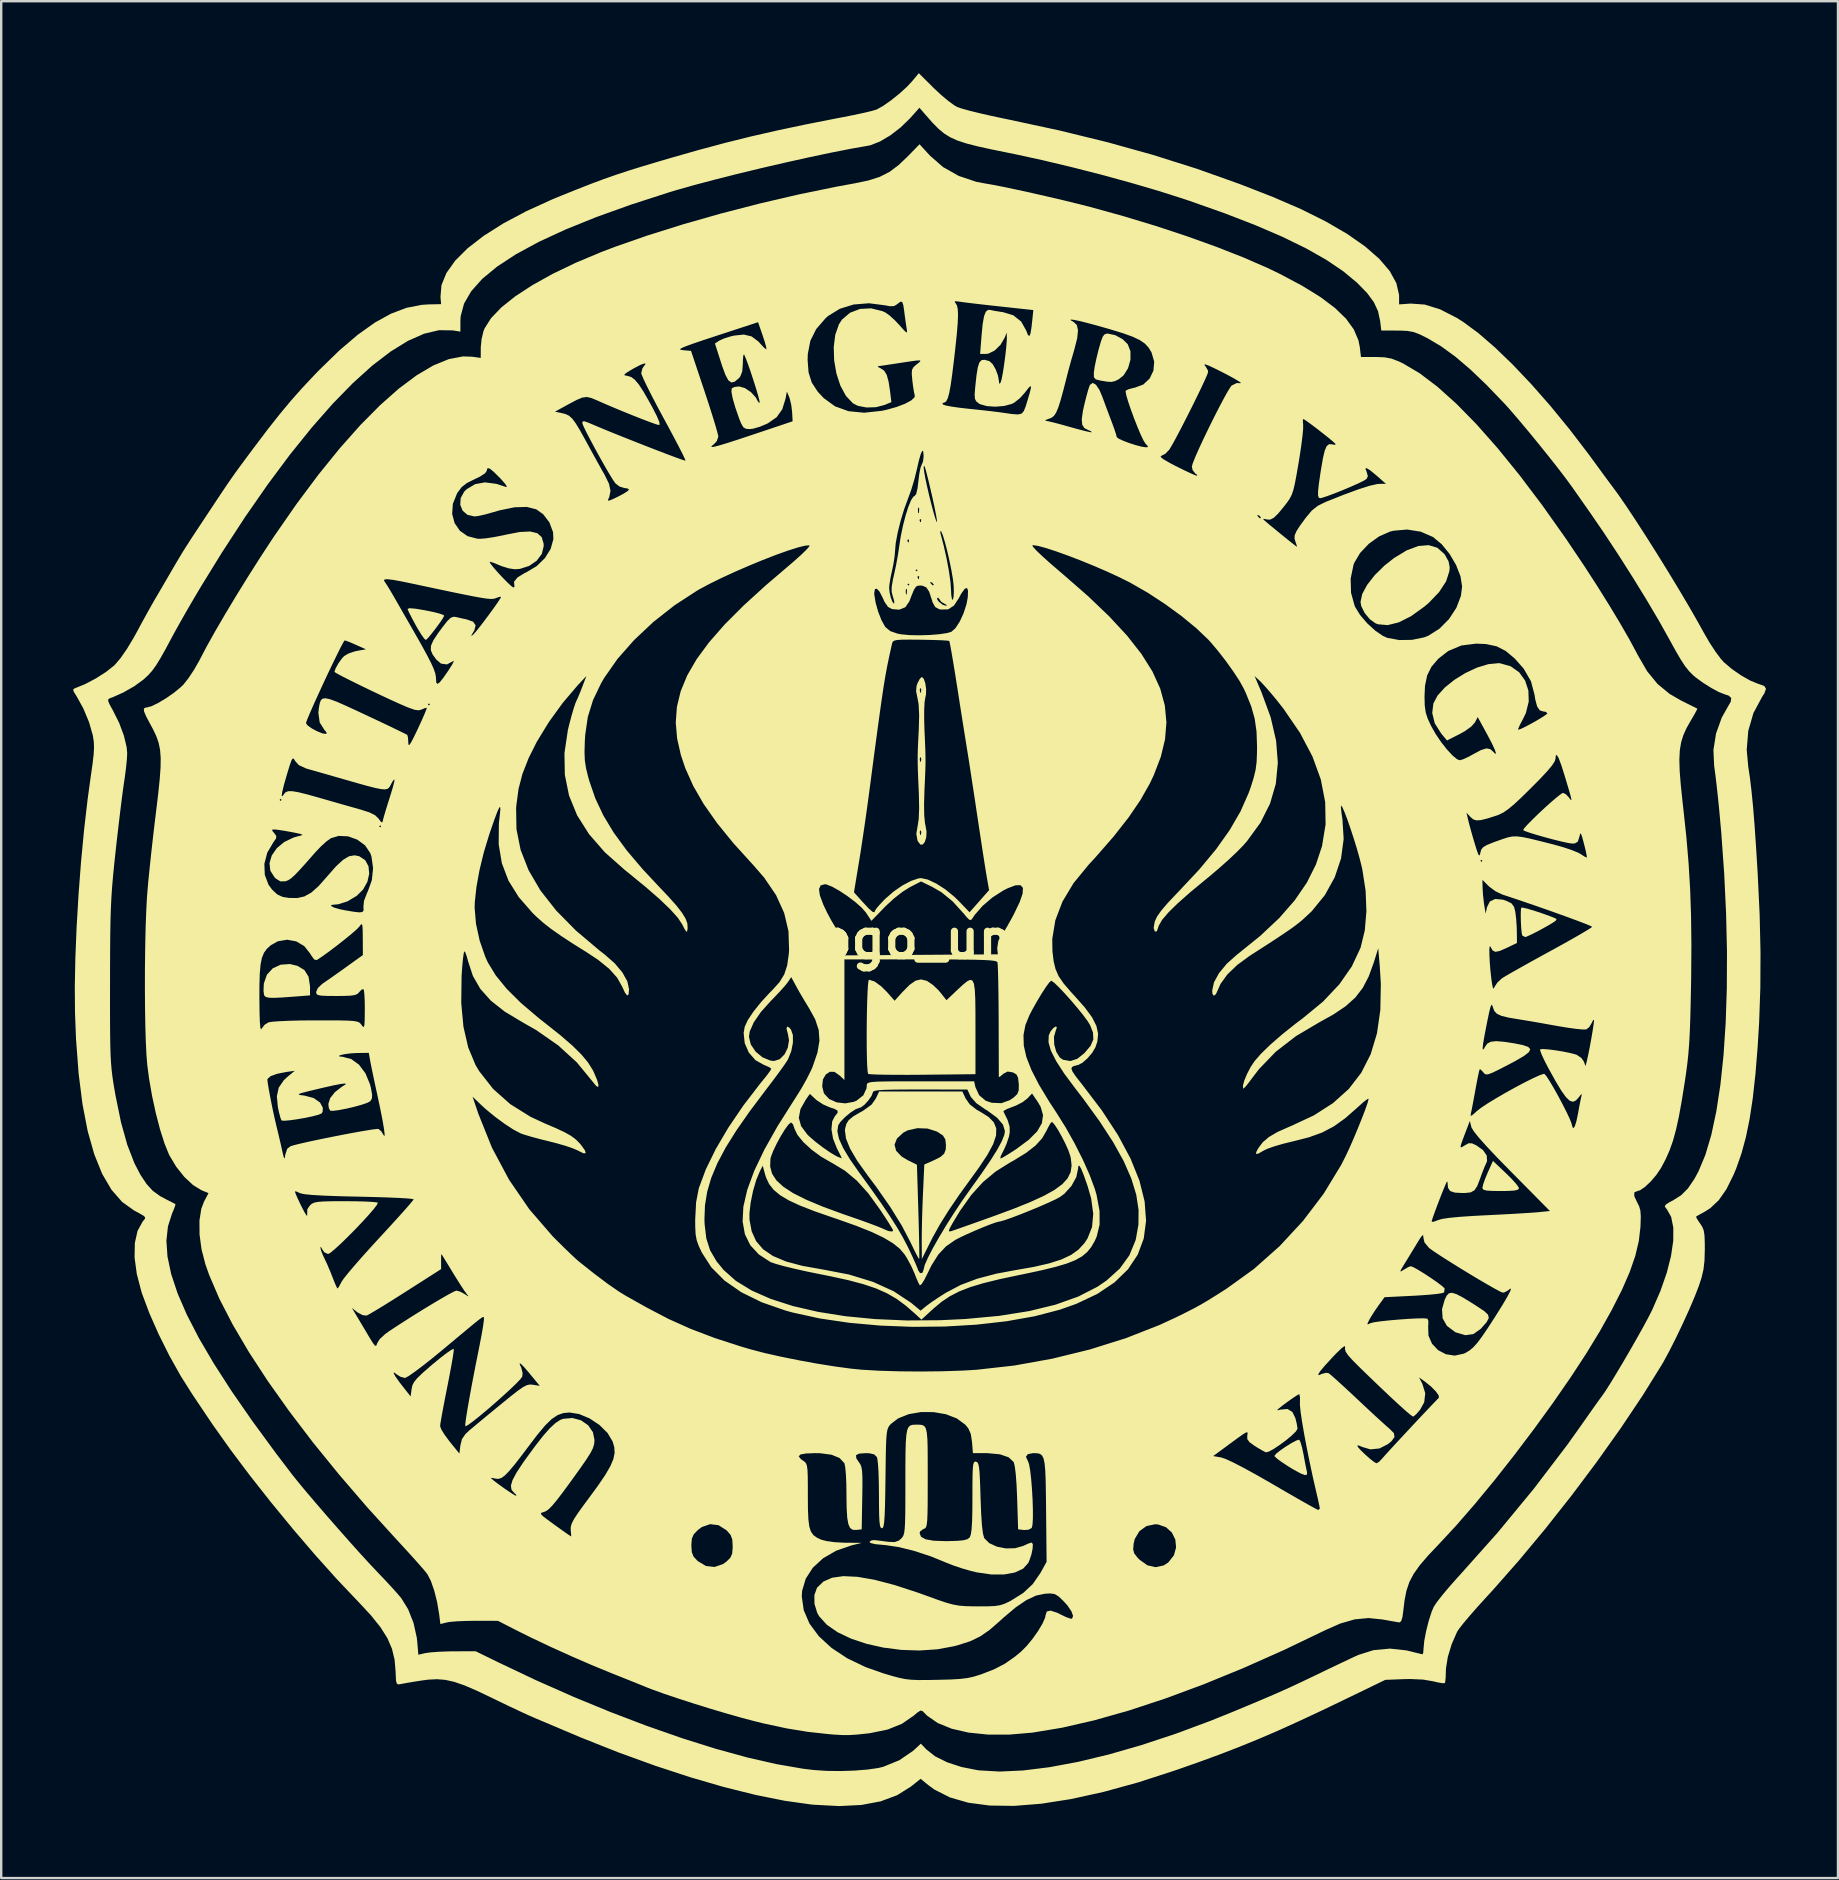
<source format=kicad_pcb>
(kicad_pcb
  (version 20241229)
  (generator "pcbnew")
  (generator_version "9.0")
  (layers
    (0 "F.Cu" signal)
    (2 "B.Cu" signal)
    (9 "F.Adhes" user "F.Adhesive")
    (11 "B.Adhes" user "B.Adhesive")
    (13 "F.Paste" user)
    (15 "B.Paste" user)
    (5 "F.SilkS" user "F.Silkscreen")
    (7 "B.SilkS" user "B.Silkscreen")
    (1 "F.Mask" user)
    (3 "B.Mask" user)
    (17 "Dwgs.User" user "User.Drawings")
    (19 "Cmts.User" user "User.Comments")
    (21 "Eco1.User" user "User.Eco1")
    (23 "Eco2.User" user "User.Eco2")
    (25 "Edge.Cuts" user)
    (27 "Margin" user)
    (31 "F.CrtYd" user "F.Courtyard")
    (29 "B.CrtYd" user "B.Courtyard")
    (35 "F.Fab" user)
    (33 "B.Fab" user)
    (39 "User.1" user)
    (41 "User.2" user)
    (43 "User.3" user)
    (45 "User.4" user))
  (footprint "logo_uny"
    (layer "F.Cu")
    (at 35.27 36.082)
    (property "Reference" "logo_uny" (at 0 0 0) (layer "F.SilkS") (effects (font (size 1.524 1.524) (thickness 0.3))))
    (attr board_only exclude_from_pos_files exclude_from_bom)
    (fp_poly (pts (xy 24.434 9.757) (xy 24.678 10) (xy 24.865 10.209) (xy 24.966 10.352) (xy 24.977 10.384) (xy 24.935 10.441) (xy 24.795 10.477) (xy 24.53 10.495) (xy 24.215 10.499) (xy 23.847 10.494) (xy 23.619 10.478) (xy 23.498 10.444) (xy 23.455 10.387) (xy 23.453 10.361) (xy 23.486 10.215) (xy 23.572 9.972) (xy 23.672 9.734) (xy 23.892 9.244)) (stroke (width 0) (type solid)) (fill yes) (layer "F.SilkS"))
    (fp_poly (pts (xy -25.926 1.115) (xy -25.633 1.293) (xy -25.462 1.569) (xy -25.402 1.963) (xy -25.401 1.998) (xy -25.4 2.346) (xy -26.099 2.4) (xy -26.566 2.434) (xy -26.893 2.449) (xy -27.106 2.444) (xy -27.231 2.417) (xy -27.297 2.366) (xy -27.318 2.324) (xy -27.339 2.161) (xy -27.33 1.915) (xy -27.321 1.838) (xy -27.197 1.483) (xy -26.955 1.22) (xy -26.625 1.067) (xy -26.24 1.04)) (stroke (width 0) (type solid)) (fill yes) (layer "F.SilkS"))
    (fp_poly (pts (xy 22.369 14.794) (xy 22.636 14.934) (xy 23.009 15.162) (xy 23.222 15.298) (xy 23.524 15.499) (xy 23.687 15.651) (xy 23.719 15.793) (xy 23.626 15.965) (xy 23.415 16.205) (xy 23.381 16.243) (xy 23.082 16.456) (xy 22.74 16.506) (xy 22.356 16.393) (xy 22.31 16.37) (xy 21.974 16.119) (xy 21.794 15.802) (xy 21.77 15.42) (xy 21.882 15.026) (xy 21.963 14.859) (xy 22.056 14.761) (xy 22.183 14.738)) (stroke (width 0) (type solid)) (fill yes) (layer "F.SilkS"))
    (fp_poly (pts (xy -21.017 -13.769) (xy -20.623 -13.703) (xy -20.233 -13.623) (xy -19.994 -13.561) (xy -19.841 -13.502) (xy -19.812 -13.474) (xy -19.86 -13.377) (xy -19.984 -13.193) (xy -20.149 -12.966) (xy -20.324 -12.74) (xy -20.474 -12.559) (xy -20.568 -12.466) (xy -20.574 -12.463) (xy -20.643 -12.52) (xy -20.767 -12.694) (xy -20.925 -12.953) (xy -20.989 -13.066) (xy -21.147 -13.36) (xy -21.268 -13.597) (xy -21.331 -13.738) (xy -21.336 -13.758) (xy -21.256 -13.787)) (stroke (width 0) (type solid)) (fill yes) (layer "F.SilkS"))
    (fp_poly (pts (xy 15.821 20.863) (xy 15.873 20.965) (xy 15.937 21.186) (xy 15.999 21.48) (xy 16 21.483) (xy 16.057 21.796) (xy 16.109 22.057) (xy 16.142 22.204) (xy 16.145 22.314) (xy 16.06 22.335) (xy 15.873 22.265) (xy 15.573 22.1) (xy 15.367 21.975) (xy 15.095 21.797) (xy 14.892 21.648) (xy 14.791 21.551) (xy 14.785 21.535) (xy 14.859 21.444) (xy 15.031 21.306) (xy 15.258 21.149) (xy 15.494 21.003) (xy 15.693 20.897) (xy 15.812 20.86)) (stroke (width 0) (type solid)) (fill yes) (layer "F.SilkS"))
    (fp_poly (pts (xy 25.167 -1.304) (xy 25.377 -1.251) (xy 25.664 -1.164) (xy 25.986 -1.057) (xy 26.302 -0.942) (xy 26.441 -0.887) (xy 26.546 -0.832) (xy 26.51 -0.77) (xy 26.441 -0.719) (xy 26.258 -0.604) (xy 26.006 -0.461) (xy 25.731 -0.313) (xy 25.479 -0.186) (xy 25.296 -0.103) (xy 25.234 -0.085) (xy 25.119 -0.144) (xy 25.115 -0.15) (xy 25.088 -0.269) (xy 25.067 -0.493) (xy 25.054 -0.766) (xy 25.05 -1.031) (xy 25.057 -1.232) (xy 25.075 -1.312)) (stroke (width 0) (type solid)) (fill yes) (layer "F.SilkS"))
    (fp_poly (pts (xy 8.156 -25.164) (xy 8.465 -24.994) (xy 8.673 -24.789) (xy 8.787 -24.492) (xy 8.786 -24.14) (xy 8.686 -23.787) (xy 8.499 -23.489) (xy 8.29 -23.322) (xy 8.131 -23.247) (xy 7.993 -23.218) (xy 7.812 -23.228) (xy 7.535 -23.274) (xy 7.338 -23.324) (xy 7.263 -23.416) (xy 7.261 -23.609) (xy 7.263 -23.623) (xy 7.296 -23.849) (xy 7.363 -24.173) (xy 7.45 -24.529) (xy 7.462 -24.575) (xy 7.556 -24.903) (xy 7.63 -25.1) (xy 7.705 -25.197) (xy 7.801 -25.229) (xy 7.845 -25.231)) (stroke (width 0) (type solid)) (fill yes) (layer "F.SilkS"))
    (fp_poly (pts (xy 21.575 -16.306) (xy 21.861 -16.052) (xy 21.899 -15.998) (xy 22.044 -15.734) (xy 22.088 -15.498) (xy 22.076 -15.329) (xy 21.94 -14.907) (xy 21.65 -14.462) (xy 21.217 -14.01) (xy 21.038 -13.857) (xy 20.481 -13.456) (xy 19.966 -13.197) (xy 19.504 -13.083) (xy 19.103 -13.118) (xy 18.999 -13.157) (xy 18.761 -13.327) (xy 18.548 -13.586) (xy 18.406 -13.869) (xy 18.373 -14.047) (xy 18.445 -14.379) (xy 18.649 -14.76) (xy 18.965 -15.164) (xy 19.373 -15.565) (xy 19.767 -15.876) (xy 20.3 -16.2) (xy 20.785 -16.38) (xy 21.213 -16.415)) (stroke (width 0) (type solid)) (fill yes) (layer "F.SilkS"))
    (fp_poly (pts (xy 0.287 1.736) (xy 0.324 1.754) (xy 0.545 1.903) (xy 0.779 2.123) (xy 0.858 2.216) (xy 1.12 2.546) (xy 1.577 2.114) (xy 1.801 1.905) (xy 1.975 1.763) (xy 2.106 1.699) (xy 2.2 1.727) (xy 2.263 1.86) (xy 2.301 2.111) (xy 2.32 2.492) (xy 2.327 3.017) (xy 2.328 3.684) (xy 2.328 5.63) (xy 0.121 5.653) (xy -0.474 5.657) (xy -1.013 5.656) (xy -1.472 5.652) (xy -1.829 5.643) (xy -2.061 5.631) (xy -2.144 5.618) (xy -2.166 5.514) (xy -2.184 5.274) (xy -2.196 4.927) (xy -2.203 4.502) (xy -2.205 4.026) (xy -2.202 3.528) (xy -2.195 3.039) (xy -2.184 2.585) (xy -2.168 2.196) (xy -2.15 1.9) (xy -2.127 1.727) (xy -2.111 1.693) (xy -1.876 1.767) (xy -1.59 1.976) (xy -1.346 2.223) (xy -1.041 2.569) (xy -0.718 2.21) (xy -0.414 1.904) (xy -0.166 1.732) (xy 0.058 1.681)) (stroke (width 0) (type solid)) (fill yes) (layer "F.SilkS"))
    (fp_poly (pts (xy 1.924 6.651) (xy 2.093 6.891) (xy 2.374 7.108) (xy 2.551 7.209) (xy 2.875 7.413) (xy 3.09 7.633) (xy 3.194 7.885) (xy 3.187 8.185) (xy 3.065 8.547) (xy 2.827 8.988) (xy 2.472 9.523) (xy 2.225 9.864) (xy 1.67 10.63) (xy 1.215 11.298) (xy 0.843 11.894) (xy 0.538 12.443) (xy 0.459 12.599) (xy 0.093 13.335) (xy 0.089 12.573) (xy 0.092 12.19) (xy 0.102 11.699) (xy 0.118 11.162) (xy 0.139 10.639) (xy 0.141 10.603) (xy 0.196 9.394) (xy 0.582 9.223) (xy 0.865 9.082) (xy 1.022 8.945) (xy 1.088 8.771) (xy 1.098 8.594) (xy 1.074 8.351) (xy 0.975 8.187) (xy 0.762 8.044) (xy 0.703 8.013) (xy 0.326 7.895) (xy -0.094 7.88) (xy -0.485 7.966) (xy -0.678 8.065) (xy -0.944 8.311) (xy -1.044 8.567) (xy -0.979 8.82) (xy -0.751 9.059) (xy -0.5 9.21) (xy -0.111 9.403) (xy -0.051 11.358) (xy -0.035 11.914) (xy -0.023 12.411) (xy -0.015 12.824) (xy -0.012 13.129) (xy -0.014 13.303) (xy -0.017 13.334) (xy -0.061 13.272) (xy -0.159 13.089) (xy -0.293 12.816) (xy -0.381 12.631) (xy -0.742 11.94) (xy -1.213 11.178) (xy -1.803 10.332) (xy -2.163 9.85) (xy -2.596 9.244) (xy -2.896 8.733) (xy -3.067 8.312) (xy -3.112 7.973) (xy -3.105 7.906) (xy -3.052 7.702) (xy -2.949 7.539) (xy -2.762 7.386) (xy -2.459 7.209) (xy -2.361 7.157) (xy -2.001 6.896) (xy -1.828 6.651) (xy -1.685 6.35) (xy 1.781 6.35)) (stroke (width 0) (type solid)) (fill yes) (layer "F.SilkS"))
    (fp_poly (pts (xy 0.174 -10.847) (xy 0.237 -10.661) (xy 0.272 -10.421) (xy 0.266 -10.186) (xy 0.241 -10.075) (xy 0.208 -9.879) (xy 0.191 -9.547) (xy 0.191 -9.112) (xy 0.202 -8.746) (xy 0.223 -8.26) (xy 0.238 -7.899) (xy 0.245 -7.617) (xy 0.247 -7.369) (xy 0.241 -7.109) (xy 0.229 -6.794) (xy 0.211 -6.376) (xy 0.202 -6.187) (xy 0.186 -5.617) (xy 0.193 -5.161) (xy 0.222 -4.843) (xy 0.243 -4.745) (xy 0.289 -4.48) (xy 0.276 -4.239) (xy 0.219 -4.05) (xy 0.133 -3.94) (xy 0.032 -3.938) (xy -0.069 -4.071) (xy -0.09 -4.119) (xy -0.137 -4.385) (xy -0.126 -4.452) (xy 0.007 -4.452) (xy 0.022 -4.342) (xy 0.051 -4.341) (xy 0.071 -4.454) (xy 0.058 -4.503) (xy 0.02 -4.535) (xy 0.007 -4.452) (xy -0.126 -4.452) (xy -0.083 -4.705) (xy -0.037 -5.004) (xy -0.019 -5.457) (xy -0.031 -6.053) (xy -0.035 -6.146) (xy -0.058 -6.665) (xy -0.073 -7.06) (xy -0.08 -7.376) (xy -0.08 -7.5) (xy 0.007 -7.5) (xy 0.022 -7.39) (xy 0.051 -7.389) (xy 0.071 -7.502) (xy 0.058 -7.551) (xy 0.02 -7.583) (xy 0.007 -7.5) (xy -0.08 -7.5) (xy -0.08 -7.659) (xy -0.072 -7.955) (xy -0.056 -8.309) (xy -0.035 -8.711) (xy -0.018 -9.332) (xy -0.042 -9.795) (xy -0.088 -10.043) (xy -0.146 -10.327) (xy -0.141 -10.379) (xy 0.007 -10.379) (xy 0.022 -10.269) (xy 0.051 -10.268) (xy 0.071 -10.381) (xy 0.058 -10.43) (xy 0.02 -10.462) (xy 0.007 -10.379) (xy -0.141 -10.379) (xy -0.127 -10.546) (xy -0.085 -10.667) (xy 0.007 -10.842) (xy 0.087 -10.922) (xy 0.091 -10.922)) (stroke (width 0) (type solid)) (fill yes) (layer "F.SilkS"))
    (fp_poly (pts (xy 0.108 20.248) (xy 0.196 20.293) (xy 0.258 20.388) (xy 0.298 20.554) (xy 0.323 20.809) (xy 0.335 21.172) (xy 0.338 21.663) (xy 0.339 22.3) (xy 0.339 22.436) (xy 0.338 23.085) (xy 0.336 23.585) (xy 0.329 23.956) (xy 0.318 24.218) (xy 0.299 24.39) (xy 0.273 24.493) (xy 0.236 24.548) (xy 0.188 24.573) (xy 0.169 24.578) (xy 0.032 24.669) (xy 0 24.754) (xy 0.061 24.906) (xy 0.252 25.011) (xy 0.584 25.07) (xy 1.067 25.088) (xy 1.182 25.087) (xy 1.574 25.075) (xy 1.831 25.051) (xy 1.988 25.008) (xy 2.079 24.941) (xy 2.092 24.925) (xy 2.135 24.81) (xy 2.167 24.589) (xy 2.188 24.247) (xy 2.199 23.766) (xy 2.201 23.261) (xy 2.202 22.72) (xy 2.207 22.326) (xy 2.218 22.057) (xy 2.237 21.89) (xy 2.267 21.803) (xy 2.309 21.773) (xy 2.349 21.775) (xy 2.404 21.801) (xy 2.445 21.869) (xy 2.475 22.004) (xy 2.498 22.229) (xy 2.516 22.566) (xy 2.533 23.04) (xy 2.54 23.284) (xy 2.565 23.941) (xy 2.598 24.433) (xy 2.64 24.769) (xy 2.69 24.954) (xy 2.695 24.963) (xy 2.902 25.171) (xy 3.219 25.317) (xy 3.595 25.391) (xy 3.98 25.383) (xy 4.324 25.285) (xy 4.349 25.272) (xy 4.543 25.184) (xy 4.674 25.146) (xy 4.676 25.146) (xy 4.718 25.217) (xy 4.71 25.397) (xy 4.661 25.635) (xy 4.579 25.882) (xy 4.526 26) (xy 4.312 26.236) (xy 3.968 26.396) (xy 3.517 26.477) (xy 2.982 26.476) (xy 2.385 26.389) (xy 2.137 26.33) (xy 1.764 26.222) (xy 1.392 26.096) (xy 1.121 25.989) (xy 0.458 25.719) (xy -0.217 25.498) (xy -0.854 25.338) (xy -1.405 25.255) (xy -1.464 25.25) (xy -1.835 25.215) (xy -2.044 25.167) (xy -2.09 25.114) (xy -1.992 25.051) (xy -1.854 25.045) (xy -1.637 25.073) (xy -1.358 25.109) (xy -1.299 25.117) (xy -1.039 25.128) (xy -0.863 25.064) (xy -0.77 24.985) (xy -0.716 24.924) (xy -0.674 24.85) (xy -0.643 24.741) (xy -0.621 24.576) (xy -0.607 24.335) (xy -0.598 23.997) (xy -0.594 23.54) (xy -0.593 22.945) (xy -0.593 22.623) (xy -0.592 21.926) (xy -0.587 21.379) (xy -0.575 20.965) (xy -0.552 20.666) (xy -0.516 20.462) (xy -0.462 20.335) (xy -0.387 20.268) (xy -0.289 20.24) (xy -0.163 20.235) (xy -0.159 20.235) (xy -0.008 20.235)) (stroke (width 0) (type solid)) (fill yes) (layer "F.SilkS"))
    (fp_poly (pts (xy 0.597 -35.456) (xy 0.9 -35.173) (xy 1.201 -34.922) (xy 1.455 -34.737) (xy 1.566 -34.674) (xy 1.75 -34.61) (xy 2.071 -34.521) (xy 2.496 -34.416) (xy 2.996 -34.302) (xy 3.539 -34.186) (xy 3.683 -34.157) (xy 5.82 -33.697) (xy 7.822 -33.207) (xy 9.722 -32.678) (xy 11.551 -32.1) (xy 13.344 -31.462) (xy 14.732 -30.92) (xy 15.902 -30.414) (xy 16.933 -29.9) (xy 17.822 -29.382) (xy 18.564 -28.863) (xy 19.155 -28.347) (xy 19.59 -27.837) (xy 19.866 -27.336) (xy 19.979 -26.847) (xy 19.981 -26.763) (xy 19.981 -26.448) (xy 20.468 -26.482) (xy 21.047 -26.441) (xy 21.684 -26.244) (xy 22.377 -25.89) (xy 22.651 -25.718) (xy 23.28 -25.254) (xy 23.973 -24.656) (xy 24.715 -23.94) (xy 25.491 -23.122) (xy 26.285 -22.218) (xy 27.083 -21.244) (xy 27.87 -20.216) (xy 28.039 -19.985) (xy 28.299 -19.629) (xy 28.537 -19.304) (xy 28.728 -19.046) (xy 28.846 -18.888) (xy 28.852 -18.881) (xy 29.131 -18.5) (xy 29.477 -17.997) (xy 29.873 -17.398) (xy 30.305 -16.729) (xy 30.756 -16.015) (xy 31.209 -15.282) (xy 31.649 -14.556) (xy 32.059 -13.863) (xy 32.424 -13.227) (xy 32.692 -12.744) (xy 32.916 -12.357) (xy 33.158 -11.987) (xy 33.383 -11.684) (xy 33.51 -11.541) (xy 33.842 -11.258) (xy 34.23 -10.989) (xy 34.62 -10.768) (xy 34.956 -10.632) (xy 34.989 -10.623) (xy 35.199 -10.545) (xy 35.269 -10.43) (xy 35.206 -10.247) (xy 35.107 -10.092) (xy 34.746 -9.42) (xy 34.531 -8.677) (xy 34.466 -7.882) (xy 34.53 -7.19) (xy 34.6 -6.721) (xy 34.667 -6.162) (xy 34.732 -5.496) (xy 34.796 -4.707) (xy 34.859 -3.781) (xy 34.925 -2.702) (xy 35.005 -1.02) (xy 35.041 0.541) (xy 35.034 2.023) (xy 34.984 3.469) (xy 34.922 4.487) (xy 34.83 5.627) (xy 34.72 6.62) (xy 34.589 7.487) (xy 34.433 8.251) (xy 34.248 8.933) (xy 34.029 9.556) (xy 33.92 9.819) (xy 33.619 10.426) (xy 33.299 10.884) (xy 32.944 11.216) (xy 32.742 11.345) (xy 32.528 11.464) (xy 32.385 11.545) (xy 32.356 11.564) (xy 32.383 11.638) (xy 32.484 11.797) (xy 32.526 11.854) (xy 32.619 11.999) (xy 32.678 12.154) (xy 32.708 12.363) (xy 32.719 12.669) (xy 32.72 12.94) (xy 32.707 13.399) (xy 32.665 13.766) (xy 32.582 14.116) (xy 32.478 14.436) (xy 32.307 14.879) (xy 32.076 15.422) (xy 31.806 16.016) (xy 31.521 16.613) (xy 31.242 17.165) (xy 30.993 17.624) (xy 30.933 17.727) (xy 30.131 19.016) (xy 29.22 20.377) (xy 28.224 21.778) (xy 27.168 23.187) (xy 26.076 24.57) (xy 24.971 25.897) (xy 23.88 27.135) (xy 23.62 27.418) (xy 23.268 27.805) (xy 22.948 28.17) (xy 22.68 28.486) (xy 22.489 28.729) (xy 22.398 28.865) (xy 22.173 29.379) (xy 22.012 29.91) (xy 21.934 30.393) (xy 21.929 30.521) (xy 21.921 30.778) (xy 21.901 30.957) (xy 21.885 31.003) (xy 21.786 31.008) (xy 21.577 30.971) (xy 21.398 30.928) (xy 20.98 30.857) (xy 20.445 30.833) (xy 20.181 30.838) (xy 19.406 30.868) (xy 17.81 31.641) (xy 16.747 32.152) (xy 15.799 32.595) (xy 14.934 32.986) (xy 14.116 33.337) (xy 13.314 33.664) (xy 12.494 33.981) (xy 11.622 34.3) (xy 10.668 34.635) (xy 9.114 35.139) (xy 7.66 35.539) (xy 6.31 35.836) (xy 5.069 36.03) (xy 3.939 36.12) (xy 2.924 36.106) (xy 2.029 35.988) (xy 1.258 35.765) (xy 0.614 35.438) (xy 0.381 35.268) (xy 0.042 34.993) (xy -0.359 35.313) (xy -0.935 35.674) (xy -1.621 35.93) (xy -2.425 36.081) (xy -3.351 36.128) (xy -4.406 36.072) (xy -4.53 36.06) (xy -5.626 35.906) (xy -6.843 35.661) (xy -8.163 35.332) (xy -9.568 34.923) (xy -11.038 34.44) (xy -12.556 33.889) (xy -14.103 33.275) (xy -14.817 32.974) (xy -15.214 32.804) (xy -15.626 32.63) (xy -15.976 32.483) (xy -16.044 32.454) (xy -16.297 32.343) (xy -16.662 32.175) (xy -17.1 31.969) (xy -17.57 31.743) (xy -17.832 31.615) (xy -18.453 31.319) (xy -18.959 31.101) (xy -19.383 30.954) (xy -19.756 30.87) (xy -20.108 30.841) (xy -20.472 30.859) (xy -20.727 30.892) (xy -21.072 30.946) (xy -21.378 30.998) (xy -21.584 31.036) (xy -21.599 31.039) (xy -21.716 31.058) (xy -21.783 31.027) (xy -21.816 30.911) (xy -21.83 30.675) (xy -21.835 30.525) (xy -21.877 30.029) (xy -21.987 29.573) (xy -22.177 29.132) (xy -22.462 28.679) (xy -22.857 28.186) (xy -23.377 27.626) (xy -23.418 27.584) (xy -24.279 26.676) (xy -25.185 25.666) (xy -26.11 24.586) (xy -27.025 23.472) (xy -27.904 22.357) (xy -28.717 21.275) (xy -29.438 20.26) (xy -29.627 19.981) (xy -29.858 19.637) (xy -30.068 19.324) (xy -30.23 19.083) (xy -30.309 18.965) (xy -30.791 18.202) (xy -31.267 17.352) (xy -31.709 16.465) (xy -32.094 15.594) (xy -32.395 14.79) (xy -32.428 14.69) (xy -32.621 13.949) (xy -32.712 13.267) (xy -32.701 12.664) (xy -32.588 12.158) (xy -32.374 11.767) (xy -32.357 11.747) (xy -32.285 11.661) (xy -32.269 11.598) (xy -32.331 11.533) (xy -32.498 11.435) (xy -32.733 11.309) (xy -33.233 10.951) (xy -33.676 10.443) (xy -34.062 9.784) (xy -34.391 8.971) (xy -34.665 8.005) (xy -34.882 6.883) (xy -35.044 5.604) (xy -35.152 4.167) (xy -35.194 3.09) (xy -35.203 2.006) (xy -35.18 0.794) (xy -35.127 -0.506) (xy -35.047 -1.857) (xy -34.943 -3.219) (xy -34.816 -4.554) (xy -34.669 -5.823) (xy -34.535 -6.8) (xy -34.462 -7.308) (xy -34.418 -7.688) (xy -34.402 -7.978) (xy -34.411 -8.215) (xy -34.443 -8.439) (xy -34.451 -8.482) (xy -34.608 -9.034) (xy -34.848 -9.612) (xy -35.022 -9.927) (xy -33.814 -9.927) (xy -33.754 -9.78) (xy -33.617 -9.532) (xy -33.354 -9.007) (xy -33.157 -8.478) (xy -33.042 -7.996) (xy -33.02 -7.733) (xy -33.034 -7.479) (xy -33.07 -7.122) (xy -33.122 -6.725) (xy -33.144 -6.582) (xy -33.188 -6.272) (xy -33.247 -5.829) (xy -33.314 -5.288) (xy -33.386 -4.683) (xy -33.459 -4.05) (xy -33.5 -3.683) (xy -33.56 -3.125) (xy -33.608 -2.636) (xy -33.647 -2.187) (xy -33.677 -1.751) (xy -33.699 -1.301) (xy -33.715 -0.811) (xy -33.725 -0.252) (xy -33.731 0.403) (xy -33.734 1.18) (xy -33.735 1.82) (xy -33.736 2.67) (xy -33.735 3.371) (xy -33.731 3.947) (xy -33.724 4.419) (xy -33.713 4.808) (xy -33.695 5.137) (xy -33.671 5.427) (xy -33.639 5.7) (xy -33.599 5.978) (xy -33.548 6.282) (xy -33.501 6.547) (xy -33.276 7.641) (xy -33.016 8.572) (xy -32.719 9.34) (xy -32.468 9.822) (xy -32.209 10.211) (xy -31.954 10.49) (xy -31.652 10.708) (xy -31.411 10.838) (xy -31.189 10.95) (xy -31.041 11.027) (xy -31.008 11.046) (xy -31.026 11.127) (xy -31.097 11.312) (xy -31.151 11.438) (xy -31.322 11.973) (xy -31.386 12.569) (xy -31.341 13.23) (xy -31.186 13.962) (xy -30.918 14.768) (xy -30.534 15.654) (xy -30.033 16.624) (xy -29.413 17.682) (xy -28.672 18.833) (xy -27.806 20.082) (xy -26.816 21.433) (xy -26.148 22.31) (xy -25.896 22.625) (xy -25.553 23.038) (xy -25.142 23.521) (xy -24.688 24.048) (xy -24.213 24.591) (xy -23.742 25.123) (xy -23.298 25.618) (xy -22.904 26.047) (xy -22.592 26.378) (xy -22.281 26.704) (xy -21.987 27.021) (xy -21.746 27.289) (xy -21.601 27.461) (xy -21.312 27.928) (xy -21.088 28.497) (xy -20.953 29.107) (xy -20.933 29.283) (xy -20.888 29.821) (xy -20.583 29.751) (xy -20.368 29.722) (xy -20.036 29.698) (xy -19.642 29.682) (xy -19.389 29.679) (xy -18.5 29.676) (xy -17.568 30.132) (xy -15.999 30.877) (xy -14.431 31.571) (xy -12.88 32.21) (xy -11.363 32.788) (xy -9.897 33.3) (xy -8.497 33.74) (xy -7.18 34.102) (xy -5.963 34.38) (xy -4.86 34.571) (xy -4.412 34.625) (xy -3.878 34.661) (xy -3.295 34.668) (xy -2.709 34.649) (xy -2.169 34.606) (xy -1.721 34.541) (xy -1.518 34.492) (xy -0.846 34.218) (xy -0.279 33.832) (xy -0.207 33.767) (xy 0.052 33.527) (xy 0.287 33.772) (xy 0.652 34.058) (xy 1.151 34.305) (xy 1.748 34.5) (xy 2.408 34.63) (xy 2.481 34.64) (xy 3.336 34.689) (xy 4.317 34.644) (xy 5.411 34.508) (xy 6.606 34.285) (xy 7.887 33.977) (xy 9.243 33.587) (xy 10.661 33.118) (xy 12.126 32.574) (xy 12.996 32.223) (xy 13.684 31.937) (xy 14.248 31.7) (xy 14.723 31.497) (xy 15.141 31.312) (xy 15.538 31.132) (xy 15.945 30.941) (xy 16.398 30.725) (xy 16.51 30.671) (xy 16.982 30.443) (xy 17.438 30.226) (xy 17.84 30.035) (xy 18.151 29.889) (xy 18.284 29.829) (xy 18.916 29.63) (xy 19.603 29.566) (xy 20.288 29.641) (xy 20.39 29.665) (xy 20.669 29.736) (xy 20.876 29.785) (xy 20.962 29.803) (xy 20.988 29.729) (xy 20.999 29.57) (xy 21.03 29.243) (xy 21.109 28.83) (xy 21.218 28.4) (xy 21.341 28.021) (xy 21.428 27.821) (xy 21.549 27.637) (xy 21.762 27.362) (xy 22.041 27.028) (xy 22.36 26.666) (xy 22.511 26.501) (xy 24.084 24.737) (xy 25.586 22.916) (xy 26.982 21.084) (xy 27.616 20.194) (xy 27.872 19.828) (xy 28.107 19.495) (xy 28.297 19.229) (xy 28.418 19.064) (xy 28.429 19.05) (xy 28.574 18.842) (xy 28.782 18.515) (xy 29.035 18.1) (xy 29.317 17.627) (xy 29.609 17.126) (xy 29.893 16.629) (xy 30.153 16.164) (xy 30.369 15.763) (xy 30.521 15.465) (xy 30.868 14.67) (xy 31.133 13.912) (xy 31.312 13.207) (xy 31.405 12.571) (xy 31.407 12.022) (xy 31.318 11.577) (xy 31.134 11.251) (xy 31.105 11.221) (xy 31.052 11.14) (xy 31.093 11.064) (xy 31.25 10.963) (xy 31.394 10.889) (xy 31.731 10.675) (xy 32.018 10.389) (xy 32.286 9.994) (xy 32.457 9.678) (xy 32.743 8.995) (xy 32.991 8.159) (xy 33.2 7.179) (xy 33.37 6.069) (xy 33.5 4.838) (xy 33.589 3.498) (xy 33.637 2.06) (xy 33.644 0.536) (xy 33.607 -1.064) (xy 33.528 -2.727) (xy 33.405 -4.443) (xy 33.313 -5.461) (xy 33.262 -5.954) (xy 33.21 -6.431) (xy 33.16 -6.845) (xy 33.119 -7.152) (xy 33.109 -7.218) (xy 33.079 -7.879) (xy 33.188 -8.566) (xy 33.425 -9.226) (xy 33.656 -9.639) (xy 33.8 -9.889) (xy 33.821 -10.047) (xy 33.714 -10.146) (xy 33.55 -10.199) (xy 33.307 -10.294) (xy 32.988 -10.466) (xy 32.647 -10.68) (xy 32.339 -10.905) (xy 32.227 -11) (xy 32.066 -11.162) (xy 31.905 -11.363) (xy 31.728 -11.632) (xy 31.514 -11.996) (xy 31.245 -12.484) (xy 31.243 -12.488) (xy 30.807 -13.267) (xy 30.291 -14.141) (xy 29.72 -15.069) (xy 29.118 -16.015) (xy 28.51 -16.937) (xy 27.926 -17.789) (xy 27.682 -18.136) (xy 27.435 -18.489) (xy 27.228 -18.784) (xy 27.184 -18.847) (xy 26.928 -19.196) (xy 26.589 -19.639) (xy 26.192 -20.142) (xy 25.766 -20.671) (xy 25.338 -21.193) (xy 24.935 -21.673) (xy 24.585 -22.079) (xy 24.377 -22.31) (xy 23.624 -23.093) (xy 22.944 -23.743) (xy 22.32 -24.274) (xy 21.737 -24.698) (xy 21.181 -25.029) (xy 21.168 -25.036) (xy 20.836 -25.201) (xy 20.578 -25.297) (xy 20.322 -25.343) (xy 19.998 -25.357) (xy 19.896 -25.357) (xy 19.239 -25.358) (xy 19.191 -25.754) (xy 19.104 -26.162) (xy 18.93 -26.538) (xy 18.65 -26.919) (xy 18.24 -27.339) (xy 18.227 -27.352) (xy 17.651 -27.83) (xy 16.944 -28.307) (xy 16.101 -28.784) (xy 15.115 -29.266) (xy 13.98 -29.754) (xy 12.689 -30.253) (xy 11.238 -30.765) (xy 10.975 -30.853) (xy 9.953 -31.178) (xy 8.811 -31.513) (xy 7.596 -31.846) (xy 6.357 -32.163) (xy 5.141 -32.453) (xy 3.996 -32.703) (xy 3.725 -32.758) (xy 2.999 -32.906) (xy 2.415 -33.034) (xy 1.949 -33.154) (xy 1.577 -33.276) (xy 1.275 -33.412) (xy 1.018 -33.573) (xy 0.783 -33.769) (xy 0.544 -34.012) (xy 0.279 -34.312) (xy 0.272 -34.319) (xy -0.006 -34.641) (xy -0.405 -34.196) (xy -0.791 -33.821) (xy -1.22 -33.491) (xy -1.65 -33.236) (xy -2.039 -33.083) (xy -2.14 -33.061) (xy -2.853 -32.935) (xy -3.694 -32.77) (xy -4.626 -32.573) (xy -5.615 -32.353) (xy -6.625 -32.119) (xy -7.623 -31.878) (xy -8.571 -31.638) (xy -9.436 -31.408) (xy -10.181 -31.196) (xy -10.414 -31.126) (xy -12.029 -30.604) (xy -13.476 -30.085) (xy -14.755 -29.568) (xy -15.869 -29.053) (xy -16.817 -28.539) (xy -17.602 -28.026) (xy -18.224 -27.512) (xy -18.684 -26.997) (xy -18.983 -26.481) (xy -19.123 -25.962) (xy -19.135 -25.763) (xy -19.135 -25.313) (xy -19.46 -25.365) (xy -20.027 -25.373) (xy -20.65 -25.225) (xy -21.324 -24.927) (xy -22.045 -24.482) (xy -22.811 -23.895) (xy -23.616 -23.168) (xy -24.458 -22.306) (xy -25.331 -21.313) (xy -26.234 -20.193) (xy -27.16 -18.949) (xy -28.108 -17.586) (xy -29.072 -16.108) (xy -29.946 -14.69) (xy -30.24 -14.194) (xy -30.544 -13.673) (xy -30.828 -13.173) (xy -31.066 -12.745) (xy -31.159 -12.573) (xy -31.43 -12.066) (xy -31.646 -11.684) (xy -31.823 -11.397) (xy -31.982 -11.179) (xy -32.141 -11.001) (xy -32.318 -10.836) (xy -32.355 -10.805) (xy -32.724 -10.536) (xy -33.177 -10.278) (xy -33.628 -10.076) (xy -33.725 -10.042) (xy -33.802 -10.002) (xy -33.814 -9.927) (xy -35.022 -9.927) (xy -35.132 -10.126) (xy -35.141 -10.138) (xy -35.252 -10.318) (xy -35.27 -10.406) (xy -35.199 -10.453) (xy -35.166 -10.464) (xy -34.764 -10.629) (xy -34.321 -10.864) (xy -33.902 -11.132) (xy -33.571 -11.393) (xy -33.534 -11.429) (xy -33.297 -11.707) (xy -33.024 -12.101) (xy -32.742 -12.571) (xy -32.648 -12.742) (xy -32.425 -13.155) (xy -32.201 -13.563) (xy -32.003 -13.917) (xy -31.876 -14.139) (xy -31.709 -14.423) (xy -31.494 -14.792) (xy -31.264 -15.186) (xy -31.159 -15.367) (xy -30.988 -15.659) (xy -30.844 -15.902) (xy -30.71 -16.125) (xy -30.566 -16.354) (xy -30.397 -16.617) (xy -30.184 -16.942) (xy -29.911 -17.355) (xy -29.601 -17.822) (xy -29.285 -18.299) (xy -29.04 -18.667) (xy -28.844 -18.958) (xy -28.675 -19.203) (xy -28.511 -19.435) (xy -28.329 -19.685) (xy -28.107 -19.985) (xy -27.823 -20.367) (xy -27.732 -20.488) (xy -27.174 -21.227) (xy -26.675 -21.86) (xy -26.204 -22.426) (xy -25.73 -22.961) (xy -25.22 -23.504) (xy -24.992 -23.739) (xy -24.173 -24.534) (xy -23.414 -25.181) (xy -22.703 -25.688) (xy -22.029 -26.06) (xy -21.381 -26.305) (xy -20.748 -26.429) (xy -20.453 -26.448) (xy -19.939 -26.458) (xy -19.965 -26.759) (xy -19.924 -27.251) (xy -19.718 -27.755) (xy -19.354 -28.268) (xy -18.835 -28.786) (xy -18.166 -29.304) (xy -17.352 -29.819) (xy -16.398 -30.327) (xy -15.308 -30.823) (xy -14.944 -30.974) (xy -14.273 -31.244) (xy -13.698 -31.469) (xy -13.179 -31.663) (xy -12.678 -31.84) (xy -12.155 -32.012) (xy -11.573 -32.193) (xy -10.892 -32.397) (xy -10.372 -32.55) (xy -9.217 -32.879) (xy -8.122 -33.173) (xy -7.042 -33.442) (xy -5.934 -33.695) (xy -4.754 -33.945) (xy -3.459 -34.2) (xy -3.181 -34.253) (xy -2.736 -34.341) (xy -2.335 -34.427) (xy -2.015 -34.503) (xy -1.814 -34.56) (xy -1.784 -34.571) (xy -1.518 -34.72) (xy -1.186 -34.954) (xy -0.838 -35.233) (xy -0.524 -35.518) (xy -0.321 -35.735) (xy -0.033 -36.082)) (stroke (width 0) (type solid)) (fill yes) (layer "F.SilkS"))
    (fp_poly (pts (xy 0.43 -32.648) (xy 0.976 -32.171) (xy 1.632 -31.801) (xy 2.365 -31.555) (xy 2.709 -31.49) (xy 3.042 -31.433) (xy 3.506 -31.342) (xy 4.066 -31.224) (xy 4.69 -31.087) (xy 5.344 -30.938) (xy 5.993 -30.786) (xy 6.606 -30.636) (xy 7.112 -30.507) (xy 8.484 -30.128) (xy 9.834 -29.719) (xy 11.138 -29.288) (xy 12.368 -28.846) (xy 13.499 -28.402) (xy 14.503 -27.964) (xy 15.019 -27.716) (xy 15.939 -27.226) (xy 16.7 -26.756) (xy 17.308 -26.3) (xy 17.77 -25.852) (xy 18.094 -25.404) (xy 18.287 -24.95) (xy 18.343 -24.668) (xy 18.392 -24.257) (xy 18.998 -24.257) (xy 19.371 -24.243) (xy 19.666 -24.188) (xy 19.971 -24.071) (xy 20.153 -23.984) (xy 20.836 -23.579) (xy 21.575 -23.02) (xy 22.364 -22.312) (xy 23.2 -21.46) (xy 24.078 -20.467) (xy 24.993 -19.34) (xy 25.943 -18.083) (xy 26.922 -16.701) (xy 27.705 -15.536) (xy 28.235 -14.717) (xy 28.735 -13.917) (xy 29.187 -13.166) (xy 29.576 -12.49) (xy 29.885 -11.917) (xy 29.934 -11.822) (xy 30.32 -11.157) (xy 30.751 -10.631) (xy 31.256 -10.215) (xy 31.725 -9.944) (xy 32.023 -9.795) (xy 32.257 -9.679) (xy 32.39 -9.613) (xy 32.408 -9.604) (xy 32.379 -9.532) (xy 32.282 -9.354) (xy 32.138 -9.107) (xy 32.13 -9.095) (xy 31.957 -8.788) (xy 31.825 -8.497) (xy 31.733 -8.198) (xy 31.678 -7.865) (xy 31.659 -7.474) (xy 31.673 -7) (xy 31.719 -6.418) (xy 31.794 -5.703) (xy 31.829 -5.395) (xy 31.952 -4.25) (xy 32.044 -3.158) (xy 32.109 -2.076) (xy 32.147 -0.962) (xy 32.161 0.226) (xy 32.152 1.531) (xy 32.148 1.82) (xy 32.132 2.631) (xy 32.115 3.302) (xy 32.095 3.862) (xy 32.069 4.34) (xy 32.036 4.766) (xy 31.994 5.169) (xy 31.94 5.578) (xy 31.889 5.927) (xy 31.761 6.729) (xy 31.641 7.391) (xy 31.521 7.938) (xy 31.395 8.399) (xy 31.254 8.799) (xy 31.091 9.168) (xy 30.899 9.531) (xy 30.891 9.544) (xy 30.698 9.831) (xy 30.464 10.105) (xy 30.225 10.329) (xy 30.018 10.469) (xy 29.915 10.499) (xy 29.783 10.553) (xy 29.781 10.714) (xy 29.897 10.961) (xy 29.985 11.135) (xy 30.035 11.314) (xy 30.052 11.548) (xy 30.043 11.887) (xy 30.037 12.005) (xy 29.97 12.582) (xy 29.824 13.198) (xy 29.592 13.869) (xy 29.269 14.612) (xy 28.845 15.448) (xy 28.346 16.341) (xy 27.786 17.26) (xy 27.128 18.265) (xy 26.394 19.326) (xy 25.605 20.413) (xy 24.785 21.498) (xy 23.956 22.551) (xy 23.139 23.541) (xy 22.357 24.441) (xy 21.642 25.211) (xy 21.185 25.694) (xy 20.839 26.098) (xy 20.586 26.454) (xy 20.407 26.795) (xy 20.287 27.153) (xy 20.208 27.559) (xy 20.162 27.94) (xy 20.121 28.251) (xy 20.069 28.42) (xy 19.998 28.474) (xy 19.98 28.474) (xy 19.836 28.45) (xy 19.582 28.405) (xy 19.283 28.351) (xy 18.702 28.293) (xy 18.129 28.348) (xy 17.527 28.522) (xy 16.933 28.784) (xy 15.194 29.619) (xy 13.488 30.378) (xy 11.829 31.057) (xy 10.23 31.649) (xy 8.706 32.151) (xy 7.269 32.557) (xy 5.934 32.863) (xy 4.714 33.065) (xy 4.693 33.068) (xy 3.732 33.15) (xy 2.842 33.148) (xy 2.04 33.066) (xy 1.34 32.905) (xy 0.76 32.67) (xy 0.314 32.362) (xy 0.212 32.259) (xy 0.115 32.164) (xy 0.029 32.151) (xy -0.095 32.232) (xy -0.241 32.357) (xy -0.736 32.699) (xy -1.335 32.94) (xy -2.057 33.088) (xy -2.159 33.101) (xy -2.585 33.146) (xy -2.913 33.168) (xy -3.213 33.169) (xy -3.556 33.149) (xy -3.768 33.132) (xy -4.658 33.035) (xy -5.543 32.89) (xy -6.49 32.686) (xy -6.862 32.595) (xy -7.419 32.448) (xy -8.054 32.268) (xy -8.733 32.066) (xy -9.417 31.853) (xy -10.072 31.642) (xy -10.661 31.443) (xy -11.146 31.268) (xy -11.397 31.17) (xy -11.636 31.073) (xy -11.986 30.931) (xy -12.403 30.764) (xy -12.839 30.59) (xy -12.869 30.578) (xy -13.652 30.256) (xy -14.503 29.887) (xy -15.365 29.497) (xy -16.179 29.112) (xy -16.849 28.779) (xy -17.568 28.409) (xy -18.5 28.407) (xy -18.91 28.413) (xy -19.283 28.429) (xy -19.572 28.453) (xy -19.7 28.475) (xy -19.969 28.543) (xy -20.02 28.136) (xy -20.105 27.63) (xy -20.225 27.15) (xy -20.366 26.744) (xy -20.51 26.465) (xy -20.626 26.32) (xy -20.836 26.077) (xy -21.117 25.761) (xy -21.447 25.399) (xy -21.563 25.273) (xy -9.511 25.273) (xy -9.493 25.547) (xy -9.419 25.732) (xy -9.255 25.909) (xy -9.241 25.921) (xy -8.905 26.123) (xy -8.545 26.164) (xy -8.192 26.044) (xy -8.05 25.943) (xy -7.889 25.783) (xy -7.812 25.615) (xy -7.79 25.366) (xy -7.789 25.299) (xy -7.806 25.019) (xy -7.875 24.83) (xy -8.027 24.654) (xy -8.052 24.63) (xy -8.379 24.423) (xy -8.728 24.38) (xy -9.073 24.5) (xy -9.241 24.625) (xy -9.412 24.804) (xy -9.491 24.987) (xy -9.511 25.253) (xy -9.511 25.273) (xy -21.563 25.273) (xy -21.759 25.061) (xy -23.015 23.68) (xy -24.062 22.463) (xy -17.865 22.463) (xy -17.864 22.464) (xy -17.725 22.581) (xy -17.513 22.741) (xy -17.272 22.913) (xy -17.045 23.066) (xy -16.877 23.171) (xy -16.814 23.199) (xy -16.806 23.159) (xy -16.885 23.086) (xy -17.002 22.955) (xy -17.031 22.782) (xy -16.964 22.548) (xy -16.797 22.233) (xy -16.523 21.818) (xy -16.439 21.699) (xy -16.028 21.136) (xy -15.69 20.703) (xy -15.411 20.386) (xy -15.177 20.169) (xy -14.975 20.037) (xy -14.852 19.99) (xy -14.466 19.957) (xy -14.108 20.054) (xy -13.812 20.259) (xy -13.613 20.548) (xy -13.547 20.871) (xy -13.56 21.038) (xy -13.61 21.209) (xy -13.714 21.415) (xy -13.887 21.687) (xy -14.146 22.059) (xy -14.178 22.104) (xy -14.57 22.649) (xy -14.88 23.07) (xy -15.12 23.383) (xy -15.305 23.604) (xy -15.447 23.749) (xy -15.561 23.834) (xy -15.658 23.875) (xy -15.663 23.876) (xy -15.765 23.908) (xy -15.781 23.957) (xy -15.697 24.046) (xy -15.496 24.201) (xy -15.408 24.265) (xy -15.119 24.475) (xy -14.855 24.664) (xy -14.648 24.809) (xy -14.532 24.885) (xy -14.518 24.892) (xy -14.521 24.818) (xy -14.537 24.638) (xy -14.539 24.617) (xy -14.536 24.489) (xy -14.492 24.345) (xy -14.394 24.157) (xy -14.226 23.902) (xy -13.973 23.552) (xy -13.805 23.326) (xy -13.4 22.774) (xy -13.098 22.329) (xy -12.888 21.968) (xy -12.761 21.67) (xy -12.738 21.554) (xy -5.036 21.554) (xy -4.952 21.665) (xy -4.871 21.723) (xy -4.79 21.78) (xy -4.733 21.847) (xy -4.695 21.95) (xy -4.672 22.117) (xy -4.661 22.376) (xy -4.657 22.754) (xy -4.657 23.19) (xy -4.653 23.754) (xy -4.635 24.176) (xy -4.596 24.48) (xy -4.528 24.692) (xy -4.423 24.839) (xy -4.273 24.946) (xy -4.098 25.028) (xy -3.873 25.086) (xy -3.541 25.131) (xy -3.165 25.152) (xy -3.114 25.153) (xy -2.413 25.16) (xy -2.836 25.265) (xy -3.48 25.488) (xy -4.023 25.803) (xy -4.45 26.197) (xy -4.745 26.653) (xy -4.895 27.156) (xy -4.911 27.386) (xy -4.828 27.967) (xy -4.587 28.526) (xy -4.198 29.052) (xy -3.671 29.536) (xy -3.017 29.969) (xy -2.246 30.339) (xy -1.523 30.593) (xy -1.143 30.706) (xy -0.846 30.785) (xy -0.591 30.837) (xy -0.332 30.865) (xy -0.027 30.876) (xy 0.367 30.874) (xy 0.804 30.866) (xy 1.311 30.852) (xy 1.694 30.829) (xy 1.995 30.792) (xy 2.259 30.734) (xy 2.532 30.649) (xy 2.61 30.622) (xy 3.129 30.417) (xy 3.555 30.194) (xy 3.959 29.912) (xy 4.222 29.696) (xy 4.459 29.46) (xy 4.706 29.16) (xy 4.935 28.836) (xy 5.118 28.53) (xy 5.229 28.281) (xy 5.249 28.176) (xy 5.301 28.019) (xy 5.458 27.983) (xy 5.726 28.069) (xy 5.882 28.146) (xy 6.118 28.259) (xy 6.294 28.318) (xy 6.352 28.32) (xy 6.396 28.204) (xy 6.325 28.009) (xy 6.156 27.762) (xy 5.988 27.578) (xy 5.785 27.386) (xy 5.626 27.292) (xy 5.441 27.267) (xy 5.214 27.28) (xy 4.849 27.358) (xy 4.453 27.543) (xy 4.009 27.844) (xy 3.498 28.274) (xy 3.344 28.415) (xy 2.914 28.79) (xy 2.521 29.06) (xy 2.107 29.26) (xy 1.61 29.42) (xy 1.439 29.466) (xy 0.734 29.596) (xy -0.008 29.645) (xy -0.761 29.62) (xy -1.503 29.525) (xy -2.208 29.367) (xy -2.853 29.152) (xy -3.413 28.886) (xy -3.864 28.574) (xy -4.183 28.222) (xy -4.266 28.076) (xy -4.381 27.702) (xy -4.385 27.336) (xy -4.278 27.038) (xy -4.271 27.027) (xy -4.01 26.773) (xy -3.646 26.613) (xy -3.173 26.546) (xy -2.585 26.575) (xy -1.877 26.698) (xy -1.042 26.917) (xy -0.077 27.232) (xy 0.296 27.366) (xy 0.762 27.535) (xy 1.113 27.653) (xy 1.393 27.73) (xy 1.647 27.775) (xy 1.916 27.797) (xy 2.247 27.805) (xy 2.413 27.806) (xy 2.835 27.805) (xy 3.135 27.791) (xy 3.356 27.757) (xy 3.547 27.695) (xy 3.751 27.598) (xy 3.786 27.58) (xy 4.313 27.252) (xy 4.714 26.879) (xy 5.032 26.42) (xy 5.042 26.401) (xy 5.292 25.95) (xy 5.287 25.437) (xy 8.9 25.437) (xy 8.945 25.601) (xy 9.079 25.773) (xy 9.167 25.863) (xy 9.493 26.095) (xy 9.839 26.174) (xy 10.174 26.1) (xy 10.368 25.971) (xy 10.597 25.679) (xy 10.688 25.351) (xy 10.656 25.022) (xy 10.512 24.729) (xy 10.269 24.508) (xy 9.94 24.393) (xy 9.811 24.384) (xy 9.449 24.462) (xy 9.157 24.676) (xy 8.966 24.998) (xy 8.916 25.207) (xy 8.9 25.437) (xy 5.287 25.437) (xy 5.271 23.791) (xy 5.263 23.097) (xy 5.253 22.553) (xy 5.236 22.142) (xy 5.208 21.845) (xy 5.165 21.643) (xy 5.115 21.543) (xy 12.235 21.543) (xy 12.573 21.602) (xy 12.759 21.666) (xy 13.07 21.81) (xy 13.491 22.027) (xy 14.002 22.307) (xy 14.587 22.64) (xy 14.732 22.725) (xy 15.234 23.017) (xy 15.689 23.279) (xy 16.074 23.499) (xy 16.371 23.664) (xy 16.559 23.765) (xy 16.616 23.79) (xy 16.678 23.73) (xy 16.678 23.728) (xy 16.659 23.618) (xy 16.611 23.394) (xy 16.546 23.114) (xy 16.4 22.478) (xy 16.262 21.834) (xy 16.136 21.21) (xy 16.026 20.631) (xy 15.939 20.122) (xy 15.878 19.712) (xy 15.849 19.425) (xy 15.848 19.325) (xy 15.852 19.106) (xy 15.829 18.978) (xy 15.813 18.965) (xy 15.724 19.012) (xy 15.548 19.129) (xy 15.329 19.284) (xy 15.115 19.443) (xy 14.951 19.575) (xy 14.901 19.62) (xy 14.935 19.633) (xy 15.05 19.605) (xy 15.332 19.581) (xy 15.537 19.708) (xy 15.66 19.965) (xy 15.718 20.204) (xy 15.747 20.387) (xy 15.748 20.407) (xy 15.682 20.515) (xy 15.512 20.682) (xy 15.276 20.879) (xy 15.011 21.076) (xy 14.756 21.246) (xy 14.55 21.359) (xy 14.43 21.388) (xy 14.43 21.388) (xy 14.298 21.32) (xy 14.085 21.196) (xy 13.968 21.123) (xy 13.75 20.967) (xy 13.656 20.838) (xy 13.653 20.697) (xy 13.669 20.601) (xy 13.66 20.552) (xy 13.604 20.559) (xy 13.48 20.633) (xy 13.265 20.784) (xy 12.939 21.024) (xy 12.87 21.075) (xy 12.235 21.543) (xy 5.115 21.543) (xy 5.103 21.518) (xy 5.016 21.452) (xy 4.902 21.426) (xy 4.756 21.421) (xy 4.73 21.421) (xy 4.51 21.462) (xy 4.431 21.573) (xy 4.505 21.735) (xy 4.512 21.744) (xy 4.561 21.878) (xy 4.608 22.145) (xy 4.649 22.505) (xy 4.683 22.922) (xy 4.708 23.358) (xy 4.721 23.776) (xy 4.721 24.137) (xy 4.705 24.405) (xy 4.672 24.539) (xy 4.537 24.613) (xy 4.351 24.624) (xy 4.106 24.596) (xy 4.064 23.283) (xy 4.04 22.732) (xy 4.006 22.286) (xy 3.966 21.966) (xy 3.92 21.794) (xy 3.918 21.789) (xy 3.708 21.593) (xy 3.348 21.47) (xy 2.838 21.422) (xy 2.75 21.421) (xy 2.222 21.421) (xy 2.184 20.953) (xy 2.134 20.625) (xy 2.032 20.392) (xy 1.905 20.236) (xy 1.55 19.974) (xy 1.095 19.799) (xy 0.582 19.711) (xy 0.053 19.71) (xy -0.452 19.796) (xy -0.891 19.971) (xy -1.194 20.202) (xy -1.257 20.273) (xy -1.306 20.35) (xy -1.343 20.455) (xy -1.369 20.608) (xy -1.388 20.834) (xy -1.401 21.152) (xy -1.41 21.585) (xy -1.418 22.155) (xy -1.422 22.486) (xy -1.432 23.142) (xy -1.443 23.648) (xy -1.457 24.02) (xy -1.475 24.279) (xy -1.498 24.442) (xy -1.529 24.527) (xy -1.568 24.553) (xy -1.571 24.553) (xy -1.617 24.529) (xy -1.65 24.439) (xy -1.673 24.264) (xy -1.686 23.98) (xy -1.692 23.565) (xy -1.693 23.151) (xy -1.699 22.64) (xy -1.713 22.199) (xy -1.736 21.855) (xy -1.764 21.637) (xy -1.781 21.584) (xy -1.891 21.473) (xy -2.095 21.426) (xy -2.242 21.421) (xy -2.524 21.441) (xy -2.651 21.509) (xy -2.635 21.641) (xy -2.537 21.787) (xy -2.471 21.883) (xy -2.426 21.996) (xy -2.398 22.156) (xy -2.384 22.393) (xy -2.382 22.735) (xy -2.388 23.213) (xy -2.39 23.3) (xy -2.413 24.596) (xy -2.646 24.622) (xy -2.79 24.614) (xy -2.896 24.539) (xy -2.969 24.377) (xy -3.016 24.108) (xy -3.04 23.711) (xy -3.048 23.168) (xy -3.048 23.103) (xy -3.054 22.675) (xy -3.072 22.298) (xy -3.099 22.01) (xy -3.131 21.848) (xy -3.135 21.839) (xy -3.335 21.624) (xy -3.669 21.487) (xy -4.144 21.425) (xy -4.351 21.421) (xy -4.741 21.435) (xy -4.967 21.478) (xy -5.036 21.554) (xy -12.738 21.554) (xy -12.709 21.414) (xy -12.722 21.177) (xy -12.79 20.939) (xy -13.003 20.581) (xy -13.338 20.249) (xy -13.749 19.975) (xy -14.189 19.791) (xy -14.59 19.727) (xy -14.85 19.752) (xy -15.091 19.839) (xy -15.335 20.004) (xy -15.604 20.268) (xy -15.921 20.646) (xy -16.189 20.997) (xy -16.569 21.503) (xy -16.867 21.885) (xy -17.096 22.16) (xy -17.274 22.343) (xy -17.413 22.448) (xy -17.531 22.491) (xy -17.643 22.488) (xy -17.672 22.482) (xy -17.825 22.452) (xy -17.865 22.463) (xy -24.062 22.463) (xy -24.19 22.314) (xy -25.279 20.974) (xy -26.273 19.668) (xy -27.167 18.407) (xy -27.374 18.09) (xy -21.917 18.09) (xy -21.841 18.229) (xy -21.678 18.459) (xy -21.548 18.628) (xy -21.209 19.057) (xy -21.167 18.74) (xy -21.135 18.595) (xy -21.065 18.457) (xy -20.937 18.299) (xy -20.727 18.096) (xy -20.415 17.822) (xy -20.282 17.709) (xy -19.968 17.45) (xy -19.702 17.247) (xy -19.51 17.116) (xy -19.415 17.076) (xy -19.41 17.081) (xy -19.417 17.188) (xy -19.453 17.433) (xy -19.515 17.787) (xy -19.596 18.222) (xy -19.681 18.657) (xy -19.778 19.146) (xy -19.862 19.586) (xy -19.927 19.945) (xy -19.969 20.193) (xy -19.981 20.297) (xy -19.93 20.433) (xy -19.795 20.652) (xy -19.605 20.91) (xy -19.579 20.943) (xy -19.177 21.439) (xy -19.135 21.095) (xy -19.071 20.839) (xy -18.926 20.626) (xy -18.754 20.465) (xy -18.566 20.308) (xy -18.281 20.072) (xy -17.933 19.784) (xy -17.553 19.472) (xy -17.406 19.352) (xy -17.017 19.035) (xy -16.731 18.812) (xy -16.525 18.67) (xy -16.374 18.591) (xy -16.252 18.562) (xy -16.135 18.567) (xy -16.112 18.571) (xy -15.827 18.617) (xy -16.219 18.142) (xy 16.609 18.142) (xy 16.643 18.171) (xy 16.765 18.118) (xy 16.948 18.072) (xy 17.052 18.094) (xy 17.149 18.172) (xy 17.346 18.346) (xy 17.622 18.597) (xy 17.954 18.904) (xy 18.269 19.2) (xy 18.642 19.549) (xy 18.986 19.869) (xy 19.278 20.136) (xy 19.492 20.328) (xy 19.591 20.413) (xy 19.764 20.588) (xy 19.79 20.747) (xy 19.664 20.922) (xy 19.518 21.044) (xy 19.163 21.225) (xy 18.787 21.264) (xy 18.46 21.168) (xy 18.306 21.105) (xy 18.237 21.105) (xy 18.272 21.176) (xy 18.399 21.317) (xy 18.58 21.49) (xy 18.773 21.66) (xy 18.94 21.79) (xy 19.04 21.844) (xy 19.042 21.844) (xy 19.145 21.783) (xy 19.285 21.637) (xy 19.294 21.626) (xy 19.39 21.516) (xy 19.579 21.307) (xy 19.839 21.025) (xy 20.146 20.694) (xy 20.476 20.34) (xy 20.807 19.986) (xy 21.116 19.659) (xy 21.378 19.382) (xy 21.573 19.18) (xy 21.639 19.113) (xy 21.63 19.015) (xy 21.512 18.849) (xy 21.315 18.649) (xy 21.066 18.447) (xy 21.053 18.437) (xy 20.812 18.265) (xy 20.947 18.526) (xy 21.071 18.922) (xy 21.027 19.302) (xy 20.86 19.606) (xy 20.708 19.784) (xy 20.591 19.887) (xy 20.564 19.897) (xy 20.472 19.839) (xy 20.272 19.672) (xy 19.978 19.408) (xy 19.6 19.058) (xy 19.151 18.632) (xy 18.643 18.143) (xy 18.343 17.852) (xy 18.045 17.553) (xy 17.855 17.342) (xy 17.754 17.191) (xy 17.724 17.075) (xy 17.733 17.004) (xy 17.713 16.958) (xy 17.591 17.043) (xy 17.365 17.261) (xy 17.193 17.441) (xy 16.88 17.783) (xy 16.687 18.014) (xy 16.609 18.142) (xy -16.219 18.142) (xy -16.232 18.125) (xy -16.472 17.844) (xy -16.62 17.694) (xy -16.673 17.678) (xy -16.63 17.796) (xy -16.599 17.856) (xy -16.544 18.079) (xy -16.555 18.227) (xy -16.628 18.33) (xy -16.801 18.513) (xy -17.052 18.754) (xy -17.355 19.032) (xy -17.686 19.327) (xy -18.021 19.616) (xy -18.336 19.879) (xy -18.607 20.095) (xy -18.81 20.243) (xy -18.92 20.301) (xy -18.93 20.299) (xy -18.931 20.201) (xy -18.899 19.954) (xy -18.838 19.574) (xy -18.751 19.078) (xy -18.641 18.481) (xy -18.51 17.801) (xy -18.361 17.053) (xy -18.331 16.902) (xy -18.252 16.494) (xy -18.193 16.149) (xy -18.158 15.898) (xy -18.152 15.775) (xy -18.155 15.768) (xy -18.169 15.753) (xy -18.189 15.748) (xy -18.229 15.765) (xy -18.304 15.817) (xy -18.43 15.914) (xy -18.622 16.07) (xy -18.894 16.296) (xy -19.263 16.603) (xy -19.742 17.003) (xy -19.887 17.124) (xy -20.309 17.47) (xy -20.696 17.775) (xy -21.025 18.023) (xy -21.275 18.197) (xy -21.426 18.282) (xy -21.45 18.288) (xy -21.642 18.234) (xy -21.786 18.14) (xy -21.901 18.056) (xy -21.917 18.09) (xy -27.374 18.09) (xy -27.954 17.2) (xy -28.626 16.058) (xy -28.981 15.37) (xy -23.656 15.37) (xy -23.449 15.719) (xy -23.29 15.985) (xy -23.094 16.314) (xy -22.948 16.561) (xy -22.792 16.815) (xy -22.698 16.939) (xy -22.645 16.951) (xy -22.611 16.868) (xy -22.606 16.848) (xy -22.498 16.67) (xy -22.266 16.456) (xy -22.095 16.332) (xy -21.667 16.052) (xy -21.214 15.762) (xy -20.758 15.477) (xy -20.324 15.213) (xy -19.937 14.983) (xy -19.62 14.802) (xy -19.398 14.686) (xy -19.298 14.647) (xy -19.14 14.693) (xy -18.963 14.79) (xy -18.823 14.882) (xy -18.805 14.874) (xy -18.888 14.768) (xy -18.988 14.628) (xy -19.149 14.382) (xy -19.345 14.07) (xy -19.471 13.864) (xy -19.658 13.556) (xy -19.809 13.311) (xy -19.905 13.158) (xy -19.929 13.123) (xy -19.936 13.198) (xy -19.939 13.383) (xy -19.939 13.438) (xy -19.939 13.752) (xy -21.421 14.699) (xy -21.874 14.986) (xy -22.285 15.243) (xy -22.632 15.454) (xy -22.889 15.605) (xy -23.034 15.683) (xy -23.049 15.689) (xy -23.212 15.669) (xy -23.41 15.563) (xy -23.427 15.551) (xy -23.656 15.37) (xy -28.981 15.37) (xy -29.178 14.989) (xy -29.601 14.004) (xy -29.763 13.547) (xy -29.923 12.924) (xy -30.005 12.307) (xy -30.009 11.733) (xy -29.932 11.241) (xy -29.821 10.945) (xy -29.631 10.586) (xy -29.807 10.513) (xy -26.031 10.513) (xy -26.007 10.596) (xy -25.924 10.792) (xy -25.796 11.062) (xy -25.761 11.134) (xy -25.634 11.377) (xy -25.548 11.515) (xy -25.516 11.526) (xy -25.52 11.495) (xy -25.514 11.257) (xy -25.401 11.093) (xy -25.323 11.027) (xy -25.222 10.981) (xy -25.069 10.951) (xy -24.836 10.933) (xy -24.496 10.924) (xy -24.019 10.922) (xy -23.923 10.922) (xy -23.471 10.926) (xy -23.081 10.937) (xy -22.783 10.953) (xy -22.609 10.974) (xy -22.576 10.987) (xy -22.613 11.074) (xy -22.75 11.254) (xy -22.964 11.502) (xy -23.231 11.794) (xy -23.528 12.106) (xy -23.832 12.413) (xy -24.12 12.693) (xy -24.368 12.92) (xy -24.553 13.072) (xy -24.649 13.123) (xy -24.806 13.052) (xy -24.889 12.933) (xy -24.947 12.828) (xy -24.971 12.852) (xy -24.938 12.99) (xy -24.849 13.207) (xy -24.808 13.292) (xy -24.679 13.567) (xy -24.536 13.905) (xy -24.463 14.093) (xy -24.364 14.343) (xy -24.288 14.513) (xy -24.255 14.563) (xy -24.201 14.495) (xy -24.111 14.327) (xy -24.092 14.287) (xy -23.999 14.15) (xy -23.807 13.91) (xy -23.534 13.588) (xy -23.198 13.205) (xy -22.815 12.78) (xy -22.522 12.461) (xy -22.127 12.033) (xy -21.774 11.645) (xy -21.477 11.315) (xy -21.253 11.059) (xy -21.117 10.896) (xy -21.082 10.843) (xy -21.163 10.824) (xy -21.391 10.804) (xy -21.745 10.784) (xy -22.203 10.765) (xy -22.743 10.748) (xy -23.342 10.734) (xy -23.353 10.734) (xy -24.166 10.715) (xy -24.814 10.691) (xy -25.3 10.663) (xy -25.629 10.631) (xy -25.803 10.594) (xy -25.815 10.588) (xy -25.967 10.52) (xy -26.031 10.513) (xy -29.807 10.513) (xy -29.925 10.464) (xy -30.275 10.25) (xy -30.637 9.912) (xy -30.977 9.487) (xy -31.259 9.015) (xy -31.284 8.964) (xy -31.468 8.508) (xy -31.653 7.923) (xy -31.828 7.25) (xy -31.984 6.529) (xy -32.1 5.861) (xy -27.178 5.861) (xy -27.161 6.013) (xy -27.115 6.286) (xy -27.049 6.638) (xy -26.972 7.025) (xy -26.891 7.403) (xy -26.816 7.729) (xy -26.803 7.781) (xy -26.714 8.149) (xy -26.618 8.56) (xy -26.573 8.763) (xy -26.513 9.027) (xy -26.475 9.139) (xy -26.451 9.115) (xy -26.434 8.991) (xy -26.353 8.741) (xy -26.22 8.634) (xy -26.06 8.585) (xy -25.774 8.515) (xy -25.394 8.429) (xy -24.948 8.335) (xy -24.468 8.238) (xy -23.983 8.143) (xy -23.524 8.057) (xy -23.12 7.986) (xy -22.802 7.935) (xy -22.6 7.911) (xy -22.545 7.912) (xy -22.426 8.018) (xy -22.348 8.147) (xy -22.301 8.217) (xy -22.292 8.133) (xy -22.319 7.907) (xy -22.38 7.55) (xy -22.473 7.075) (xy -22.597 6.492) (xy -22.6 6.477) (xy -22.696 6.036) (xy -22.783 5.626) (xy -22.852 5.29) (xy -22.894 5.073) (xy -22.897 5.059) (xy -22.952 4.741) (xy -23.435 4.747) (xy -23.691 4.761) (xy -23.922 4.789) (xy -24.1 4.826) (xy -24.195 4.863) (xy -24.177 4.892) (xy -24.045 4.905) (xy -23.685 4.997) (xy -23.36 5.234) (xy -23.092 5.593) (xy -22.902 6.051) (xy -22.861 6.213) (xy -22.814 6.484) (xy -22.823 6.647) (xy -22.892 6.756) (xy -22.893 6.758) (xy -23.023 6.827) (xy -23.267 6.909) (xy -23.578 6.994) (xy -23.91 7.071) (xy -24.216 7.129) (xy -24.451 7.158) (xy -24.564 7.148) (xy -24.618 7.038) (xy -24.638 6.869) (xy -24.564 6.632) (xy -24.365 6.379) (xy -24.075 6.152) (xy -24.003 6.11) (xy -23.907 6.043) (xy -23.939 6.018) (xy -24.108 6.035) (xy -24.422 6.096) (xy -24.888 6.201) (xy -25.061 6.242) (xy -25.471 6.341) (xy -25.731 6.408) (xy -25.859 6.452) (xy -25.872 6.481) (xy -25.784 6.503) (xy -25.638 6.521) (xy -25.253 6.622) (xy -24.985 6.81) (xy -24.867 7.03) (xy -24.876 7.198) (xy -24.922 7.267) (xy -25.052 7.321) (xy -25.293 7.384) (xy -25.599 7.449) (xy -25.927 7.506) (xy -26.23 7.549) (xy -26.465 7.57) (xy -26.585 7.561) (xy -26.59 7.557) (xy -26.635 7.445) (xy -26.694 7.22) (xy -26.741 7) (xy -26.783 6.549) (xy -26.705 6.189) (xy -26.492 5.879) (xy -26.32 5.721) (xy -26.035 5.488) (xy -26.39 5.538) (xy -26.778 5.615) (xy -27.046 5.714) (xy -27.171 5.827) (xy -27.178 5.861) (xy -32.1 5.861) (xy -32.11 5.799) (xy -32.183 5.249) (xy -32.217 4.822) (xy -32.245 4.256) (xy -32.265 3.58) (xy -32.277 2.824) (xy -32.279 2.468) (xy -27.511 2.468) (xy -27.505 3.041) (xy -27.492 3.449) (xy -27.471 3.691) (xy -27.444 3.767) (xy -27.429 3.745) (xy -27.293 3.57) (xy -27.132 3.47) (xy -26.983 3.445) (xy -26.694 3.423) (xy -26.294 3.405) (xy -25.812 3.392) (xy -25.277 3.387) (xy -25.151 3.387) (xy -24.562 3.387) (xy -24.12 3.39) (xy -23.8 3.399) (xy -23.581 3.414) (xy -23.439 3.439) (xy -23.35 3.476) (xy -23.293 3.527) (xy -23.256 3.577) (xy -23.195 3.654) (xy -23.155 3.657) (xy -23.133 3.562) (xy -23.123 3.346) (xy -23.119 2.986) (xy -23.118 2.956) (xy -23.121 2.665) (xy -19.1 2.665) (xy -19.008 3.654) (xy -18.81 4.514) (xy -18.505 5.246) (xy -18.352 5.503) (xy -17.772 6.243) (xy -17.058 6.877) (xy -16.213 7.405) (xy -15.639 7.672) (xy -15.148 7.882) (xy -14.786 8.052) (xy -14.522 8.202) (xy -14.324 8.35) (xy -14.162 8.514) (xy -14.108 8.578) (xy -13.946 8.804) (xy -13.912 8.921) (xy -14.005 8.927) (xy -14.223 8.82) (xy -14.234 8.813) (xy -14.436 8.724) (xy -14.755 8.615) (xy -15.141 8.504) (xy -15.427 8.432) (xy -15.832 8.331) (xy -16.205 8.23) (xy -16.497 8.142) (xy -16.628 8.095) (xy -16.922 7.94) (xy -17.29 7.7) (xy -17.686 7.408) (xy -18.066 7.097) (xy -18.268 6.913) (xy -18.628 6.567) (xy -18.385 7.284) (xy -17.818 8.696) (xy -17.11 10.023) (xy -16.266 11.255) (xy -15.294 12.38) (xy -15.128 12.548) (xy -14.828 12.844) (xy -14.552 13.111) (xy -14.333 13.316) (xy -14.216 13.42) (xy -13.559 13.942) (xy -12.988 14.371) (xy -12.515 14.698) (xy -12.234 14.869) (xy -12.087 14.951) (xy -11.836 15.092) (xy -11.524 15.267) (xy -11.369 15.354) (xy -10.468 15.826) (xy -9.538 16.243) (xy -8.536 16.624) (xy -7.421 16.985) (xy -7.027 17.1) (xy -6.46 17.248) (xy -5.78 17.401) (xy -5.033 17.552) (xy -4.268 17.691) (xy -3.532 17.809) (xy -2.872 17.898) (xy -2.417 17.944) (xy -1.678 17.987) (xy -0.83 18.012) (xy 0.071 18.019) (xy 0.966 18.009) (xy 1.797 17.981) (xy 2.371 17.947) (xy 3.941 17.771) (xy 5.529 17.485) (xy 7.096 17.101) (xy 8.604 16.627) (xy 10.013 16.074) (xy 10.131 16.019) (xy 18.663 16.019) (xy 18.676 16.058) (xy 18.79 16.005) (xy 18.795 16.003) (xy 18.933 15.968) (xy 19.199 15.929) (xy 19.551 15.891) (xy 19.948 15.856) (xy 20.348 15.827) (xy 20.709 15.808) (xy 20.991 15.803) (xy 21.151 15.814) (xy 21.159 15.816) (xy 21.2 15.908) (xy 21.197 16.098) (xy 21.192 16.133) (xy 21.204 16.522) (xy 21.352 16.861) (xy 21.605 17.128) (xy 21.931 17.3) (xy 22.3 17.357) (xy 22.68 17.275) (xy 22.758 17.238) (xy 22.918 17.141) (xy 23.071 17.013) (xy 23.237 16.829) (xy 23.434 16.567) (xy 23.679 16.206) (xy 23.993 15.721) (xy 23.996 15.716) (xy 24.285 15.254) (xy 24.491 14.903) (xy 24.613 14.671) (xy 24.645 14.562) (xy 24.586 14.584) (xy 24.536 14.63) (xy 24.373 14.721) (xy 24.304 14.732) (xy 24.197 14.689) (xy 23.974 14.571) (xy 23.663 14.394) (xy 23.288 14.175) (xy 22.878 13.929) (xy 22.46 13.673) (xy 22.059 13.423) (xy 21.702 13.195) (xy 21.417 13.006) (xy 21.23 12.871) (xy 21.039 12.641) (xy 20.997 12.461) (xy 20.987 12.35) (xy 20.948 12.346) (xy 20.86 12.463) (xy 20.74 12.658) (xy 20.538 12.99) (xy 20.319 13.349) (xy 20.228 13.496) (xy 20.087 13.727) (xy 20.032 13.837) (xy 20.058 13.849) (xy 20.164 13.785) (xy 20.185 13.772) (xy 20.359 13.671) (xy 20.469 13.631) (xy 20.582 13.675) (xy 20.787 13.79) (xy 21.046 13.95) (xy 21.322 14.131) (xy 21.577 14.309) (xy 21.773 14.457) (xy 21.872 14.551) (xy 21.878 14.565) (xy 21.857 14.72) (xy 21.857 14.723) (xy 21.772 14.754) (xy 21.549 14.788) (xy 21.216 14.821) (xy 20.805 14.85) (xy 20.609 14.861) (xy 19.374 14.923) (xy 19.12 15.272) (xy 18.942 15.53) (xy 18.787 15.777) (xy 18.741 15.86) (xy 18.663 16.019) (xy 10.131 16.019) (xy 10.668 15.771) (xy 11.092 15.562) (xy 11.43 15.389) (xy 11.728 15.226) (xy 12.033 15.045) (xy 12.393 14.821) (xy 12.785 14.572) (xy 13.93 13.747) (xy 15.003 12.795) (xy 15.954 11.769) (xy 21.336 11.769) (xy 21.401 11.785) (xy 21.559 11.729) (xy 21.583 11.717) (xy 21.755 11.665) (xy 22.057 11.618) (xy 22.498 11.575) (xy 23.091 11.535) (xy 23.594 11.509) (xy 24.157 11.481) (xy 24.691 11.452) (xy 25.164 11.424) (xy 25.541 11.4) (xy 25.788 11.38) (xy 25.811 11.378) (xy 26.265 11.331) (xy 24.66 9.708) (xy 24.087 9.123) (xy 23.638 8.648) (xy 23.308 8.279) (xy 23.096 8.014) (xy 22.997 7.849) (xy 22.992 7.832) (xy 22.929 7.578) (xy 22.767 8.001) (xy 22.635 8.349) (xy 22.56 8.563) (xy 22.541 8.665) (xy 22.576 8.68) (xy 22.663 8.631) (xy 22.719 8.595) (xy 22.88 8.508) (xy 23.019 8.512) (xy 23.191 8.59) (xy 23.476 8.791) (xy 23.633 9.02) (xy 23.647 9.25) (xy 23.621 9.316) (xy 23.539 9.497) (xy 23.433 9.768) (xy 23.359 9.974) (xy 23.24 10.285) (xy 23.121 10.468) (xy 22.962 10.555) (xy 22.721 10.581) (xy 22.634 10.582) (xy 22.304 10.565) (xy 22.11 10.5) (xy 22.022 10.371) (xy 22.008 10.257) (xy 21.997 10.11) (xy 21.966 10.119) (xy 21.927 10.202) (xy 21.83 10.433) (xy 21.711 10.731) (xy 21.587 11.053) (xy 21.473 11.359) (xy 21.385 11.605) (xy 21.339 11.75) (xy 21.336 11.769) (xy 15.954 11.769) (xy 15.98 11.74) (xy 16.84 10.607) (xy 17.562 9.42) (xy 17.751 9.05) (xy 17.908 8.716) (xy 18.08 8.323) (xy 18.255 7.906) (xy 18.419 7.5) (xy 18.475 7.355) (xy 22.961 7.355) (xy 23.008 7.354) (xy 23.139 7.244) (xy 23.224 7.165) (xy 23.399 7.029) (xy 23.674 6.846) (xy 24.022 6.634) (xy 24.413 6.407) (xy 24.818 6.182) (xy 25.208 5.975) (xy 25.555 5.802) (xy 25.828 5.678) (xy 25.999 5.619) (xy 26.036 5.619) (xy 26.116 5.707) (xy 26.251 5.914) (xy 26.423 6.203) (xy 26.612 6.542) (xy 26.799 6.894) (xy 26.967 7.226) (xy 27.097 7.503) (xy 27.169 7.689) (xy 27.178 7.736) (xy 27.216 7.856) (xy 27.253 7.874) (xy 27.304 7.797) (xy 27.367 7.596) (xy 27.428 7.313) (xy 27.43 7.303) (xy 27.488 6.985) (xy 27.541 6.716) (xy 27.574 6.562) (xy 27.594 6.456) (xy 27.553 6.483) (xy 27.477 6.583) (xy 27.352 6.723) (xy 27.229 6.779) (xy 27.096 6.74) (xy 26.94 6.594) (xy 26.749 6.329) (xy 26.51 5.935) (xy 26.213 5.399) (xy 26.209 5.393) (xy 26.044 5.074) (xy 25.922 4.813) (xy 25.859 4.642) (xy 25.857 4.595) (xy 25.963 4.581) (xy 26.187 4.596) (xy 26.484 4.633) (xy 26.805 4.685) (xy 27.105 4.746) (xy 27.337 4.807) (xy 27.378 4.821) (xy 27.573 4.951) (xy 27.679 5.1) (xy 27.752 5.292) (xy 27.804 5.08) (xy 27.861 4.826) (xy 27.926 4.499) (xy 27.991 4.145) (xy 28.047 3.812) (xy 28.087 3.546) (xy 28.103 3.394) (xy 28.103 3.387) (xy 28.075 3.362) (xy 28.017 3.475) (xy 28.012 3.489) (xy 27.902 3.673) (xy 27.778 3.765) (xy 27.643 3.768) (xy 27.376 3.743) (xy 27.015 3.694) (xy 26.595 3.625) (xy 26.493 3.607) (xy 26.036 3.525) (xy 25.605 3.449) (xy 25.243 3.388) (xy 24.997 3.348) (xy 24.977 3.345) (xy 24.541 3.272) (xy 24.244 3.199) (xy 24.056 3.111) (xy 23.948 2.995) (xy 23.894 2.855) (xy 23.86 2.754) (xy 23.827 2.742) (xy 23.787 2.836) (xy 23.732 3.056) (xy 23.657 3.42) (xy 23.638 3.514) (xy 23.542 4.007) (xy 23.484 4.347) (xy 23.462 4.545) (xy 23.475 4.612) (xy 23.522 4.561) (xy 23.562 4.487) (xy 23.658 4.354) (xy 23.804 4.277) (xy 24.028 4.253) (xy 24.36 4.28) (xy 24.765 4.342) (xy 25.134 4.415) (xy 25.362 4.494) (xy 25.448 4.59) (xy 25.388 4.713) (xy 25.18 4.874) (xy 24.82 5.083) (xy 24.526 5.239) (xy 24.141 5.437) (xy 23.878 5.565) (xy 23.708 5.63) (xy 23.604 5.642) (xy 23.537 5.608) (xy 23.49 5.552) (xy 23.387 5.44) (xy 23.339 5.425) (xy 23.311 5.519) (xy 23.263 5.741) (xy 23.202 6.054) (xy 23.164 6.265) (xy 23.096 6.636) (xy 23.035 6.96) (xy 22.989 7.191) (xy 22.974 7.257) (xy 22.961 7.355) (xy 18.475 7.355) (xy 18.559 7.137) (xy 18.659 6.852) (xy 18.708 6.678) (xy 18.711 6.655) (xy 18.656 6.671) (xy 18.509 6.782) (xy 18.301 6.966) (xy 18.267 6.998) (xy 17.747 7.457) (xy 17.267 7.802) (xy 16.775 8.061) (xy 16.217 8.262) (xy 15.566 8.427) (xy 15.157 8.527) (xy 14.783 8.636) (xy 14.492 8.739) (xy 14.352 8.805) (xy 14.124 8.935) (xy 14.021 8.958) (xy 14.03 8.872) (xy 14.113 8.715) (xy 14.299 8.466) (xy 14.558 8.246) (xy 14.919 8.036) (xy 15.413 7.816) (xy 15.494 7.783) (xy 16.432 7.345) (xy 17.227 6.835) (xy 17.883 6.246) (xy 18.404 5.571) (xy 18.795 4.802) (xy 19.058 3.933) (xy 19.199 2.956) (xy 19.22 1.864) (xy 19.176 1.136) (xy 19.111 0.381) (xy 18.927 0.974) (xy 18.717 1.553) (xy 18.469 2.031) (xy 18.156 2.437) (xy 17.753 2.799) (xy 17.233 3.148) (xy 16.687 3.45) (xy 15.686 4.042) (xy 14.839 4.697) (xy 14.141 5.42) (xy 13.866 5.78) (xy 13.692 6.014) (xy 13.557 6.176) (xy 13.488 6.234) (xy 13.486 6.233) (xy 13.472 6.113) (xy 13.531 5.893) (xy 13.645 5.618) (xy 13.795 5.332) (xy 13.951 5.095) (xy 14.229 4.775) (xy 14.626 4.39) (xy 15.115 3.965) (xy 15.671 3.522) (xy 15.983 3.287) (xy 16.811 2.605) (xy 17.489 1.887) (xy 18.01 1.14) (xy 18.37 0.372) (xy 18.381 0.339) (xy 18.551 -0.359) (xy 18.619 -1.155) (xy 18.586 -2.013) (xy 18.516 -2.468) (xy 23.453 -2.468) (xy 23.459 -2.144) (xy 23.477 -1.844) (xy 23.515 -1.51) (xy 23.525 -1.439) (xy 23.586 -1.058) (xy 23.644 -1.331) (xy 23.762 -1.566) (xy 23.983 -1.671) (xy 24.298 -1.644) (xy 24.45 -1.594) (xy 24.665 -1.488) (xy 24.773 -1.339) (xy 24.823 -1.14) (xy 24.858 -0.856) (xy 24.882 -0.505) (xy 24.887 -0.321) (xy 24.892 0.163) (xy 24.453 0.373) (xy 24.169 0.497) (xy 23.991 0.531) (xy 23.877 0.473) (xy 23.788 0.316) (xy 23.784 0.309) (xy 23.755 0.302) (xy 23.742 0.43) (xy 23.744 0.661) (xy 23.759 0.963) (xy 23.786 1.301) (xy 23.823 1.645) (xy 23.848 1.82) (xy 23.884 2.02) (xy 23.918 2.069) (xy 23.963 1.985) (xy 23.965 1.979) (xy 24.081 1.805) (xy 24.266 1.636) (xy 24.272 1.632) (xy 24.413 1.545) (xy 24.679 1.391) (xy 25.045 1.184) (xy 25.487 0.937) (xy 25.98 0.665) (xy 26.268 0.508) (xy 26.762 0.236) (xy 27.202 -0.011) (xy 27.568 -0.221) (xy 27.839 -0.383) (xy 27.995 -0.484) (xy 28.025 -0.512) (xy 27.948 -0.553) (xy 27.736 -0.641) (xy 27.41 -0.765) (xy 26.996 -0.918) (xy 26.517 -1.09) (xy 25.997 -1.274) (xy 25.46 -1.461) (xy 24.929 -1.642) (xy 24.43 -1.808) (xy 24.278 -1.858) (xy 24.003 -1.99) (xy 23.741 -2.182) (xy 23.707 -2.214) (xy 23.453 -2.468) (xy 18.516 -2.468) (xy 18.45 -2.895) (xy 18.418 -3.038) (xy 18.362 -3.26) (xy 23.368 -3.26) (xy 23.41 -3.217) (xy 23.453 -3.26) (xy 23.41 -3.302) (xy 23.368 -3.26) (xy 18.362 -3.26) (xy 18.328 -3.392) (xy 18.214 -3.794) (xy 18.084 -4.215) (xy 17.949 -4.625) (xy 17.82 -4.995) (xy 17.716 -5.266) (xy 22.789 -5.266) (xy 22.854 -4.983) (xy 22.909 -4.766) (xy 22.996 -4.448) (xy 23.099 -4.092) (xy 23.12 -4.022) (xy 23.219 -3.701) (xy 23.284 -3.526) (xy 23.326 -3.479) (xy 23.356 -3.543) (xy 23.367 -3.598) (xy 23.403 -3.728) (xy 23.482 -3.827) (xy 23.636 -3.919) (xy 23.901 -4.026) (xy 24.088 -4.094) (xy 24.333 -4.181) (xy 24.529 -4.242) (xy 24.706 -4.276) (xy 24.894 -4.279) (xy 25.124 -4.251) (xy 25.425 -4.189) (xy 25.827 -4.091) (xy 26.361 -3.956) (xy 26.416 -3.942) (xy 26.809 -3.832) (xy 27.164 -3.714) (xy 27.433 -3.605) (xy 27.544 -3.544) (xy 27.709 -3.437) (xy 27.801 -3.398) (xy 27.805 -3.4) (xy 27.797 -3.49) (xy 27.753 -3.698) (xy 27.685 -3.973) (xy 27.609 -4.254) (xy 27.561 -4.389) (xy 27.528 -4.394) (xy 27.498 -4.288) (xy 27.49 -4.248) (xy 27.426 -4.058) (xy 27.306 -3.987) (xy 27.201 -3.98) (xy 27.04 -4.002) (xy 26.77 -4.06) (xy 26.432 -4.143) (xy 26.067 -4.241) (xy 25.715 -4.341) (xy 25.418 -4.433) (xy 25.215 -4.505) (xy 25.152 -4.539) (xy 25.19 -4.611) (xy 25.329 -4.769) (xy 25.542 -4.985) (xy 25.8 -5.236) (xy 26.077 -5.494) (xy 26.345 -5.734) (xy 26.577 -5.93) (xy 26.744 -6.058) (xy 26.813 -6.093) (xy 26.933 -6.033) (xy 27.054 -5.905) (xy 27.118 -5.82) (xy 27.155 -5.785) (xy 27.161 -5.82) (xy 27.133 -5.945) (xy 27.067 -6.18) (xy 26.958 -6.547) (xy 26.877 -6.816) (xy 26.737 -7.259) (xy 26.627 -7.546) (xy 26.551 -7.674) (xy 26.509 -7.642) (xy 26.501 -7.526) (xy 26.466 -7.407) (xy 26.354 -7.234) (xy 26.152 -6.993) (xy 25.847 -6.667) (xy 25.487 -6.303) (xy 25.082 -5.905) (xy 24.768 -5.613) (xy 24.52 -5.408) (xy 24.316 -5.269) (xy 24.13 -5.179) (xy 24.057 -5.152) (xy 23.659 -5.025) (xy 23.384 -4.957) (xy 23.198 -4.947) (xy 23.066 -4.991) (xy 22.96 -5.083) (xy 22.789 -5.266) (xy 17.716 -5.266) (xy 17.705 -5.294) (xy 17.616 -5.495) (xy 17.563 -5.566) (xy 17.558 -5.564) (xy 17.557 -5.473) (xy 17.58 -5.261) (xy 17.62 -4.99) (xy 17.671 -4.17) (xy 17.561 -3.357) (xy 17.297 -2.572) (xy 16.888 -1.833) (xy 16.34 -1.16) (xy 15.949 -0.797) (xy 15.795 -0.67) (xy 15.632 -0.545) (xy 15.441 -0.407) (xy 15.198 -0.241) (xy 14.885 -0.032) (xy 14.478 0.233) (xy 13.956 0.569) (xy 13.749 0.702) (xy 13.235 1.079) (xy 12.824 1.474) (xy 12.541 1.865) (xy 12.442 2.087) (xy 12.347 2.296) (xy 12.261 2.362) (xy 12.204 2.28) (xy 12.192 2.149) (xy 12.266 1.805) (xy 12.475 1.422) (xy 12.798 1.03) (xy 13.215 0.657) (xy 13.248 0.632) (xy 14.196 -0.134) (xy 14.988 -0.878) (xy 15.632 -1.615) (xy 16.138 -2.354) (xy 16.516 -3.109) (xy 16.769 -3.873) (xy 16.918 -4.783) (xy 16.901 -5.709) (xy 16.719 -6.651) (xy 16.37 -7.61) (xy 15.854 -8.589) (xy 15.171 -9.588) (xy 14.913 -9.918) (xy 14.75 -10.116) (xy 21.04 -10.116) (xy 21.049 -9.737) (xy 21.088 -9.453) (xy 21.172 -9.189) (xy 21.311 -8.888) (xy 21.502 -8.55) (xy 21.732 -8.21) (xy 21.976 -7.9) (xy 22.208 -7.65) (xy 22.401 -7.492) (xy 22.507 -7.452) (xy 22.654 -7.494) (xy 22.885 -7.601) (xy 23.072 -7.705) (xy 23.394 -7.877) (xy 23.619 -7.946) (xy 23.779 -7.916) (xy 23.878 -7.83) (xy 23.988 -7.718) (xy 24.017 -7.743) (xy 23.969 -7.893) (xy 23.846 -8.157) (xy 23.659 -8.514) (xy 23.257 -9.251) (xy 23.141 -9.028) (xy 22.991 -8.858) (xy 22.725 -8.667) (xy 22.5 -8.541) (xy 21.977 -8.276) (xy 21.738 -8.562) (xy 21.467 -8.99) (xy 21.361 -9.425) (xy 21.409 -9.816) (xy 21.583 -10.147) (xy 21.888 -10.484) (xy 22.288 -10.805) (xy 22.747 -11.088) (xy 23.229 -11.313) (xy 23.699 -11.456) (xy 24.12 -11.497) (xy 24.192 -11.492) (xy 24.632 -11.367) (xy 24.982 -11.119) (xy 25.231 -10.774) (xy 25.368 -10.358) (xy 25.383 -9.898) (xy 25.264 -9.419) (xy 25.145 -9.172) (xy 25.02 -8.937) (xy 24.948 -8.774) (xy 24.942 -8.721) (xy 25.057 -8.759) (xy 25.263 -8.859) (xy 25.518 -8.995) (xy 25.777 -9.143) (xy 25.997 -9.278) (xy 26.136 -9.377) (xy 26.162 -9.408) (xy 26.091 -9.469) (xy 25.996 -9.483) (xy 25.842 -9.532) (xy 25.732 -9.695) (xy 25.653 -9.995) (xy 25.625 -10.181) (xy 25.476 -10.742) (xy 25.174 -11.267) (xy 24.8 -11.691) (xy 24.423 -12.007) (xy 24.042 -12.201) (xy 23.601 -12.294) (xy 23.196 -12.312) (xy 22.575 -12.234) (xy 22.028 -12.004) (xy 21.616 -11.683) (xy 21.33 -11.349) (xy 21.151 -10.989) (xy 21.06 -10.554) (xy 21.04 -10.116) (xy 14.75 -10.116) (xy 14.664 -10.22) (xy 14.426 -10.494) (xy 14.239 -10.698) (xy 14.185 -10.751) (xy 13.96 -10.961) (xy 14.247 -10.285) (xy 14.629 -9.243) (xy 14.856 -8.265) (xy 14.928 -7.344) (xy 14.844 -6.472) (xy 14.602 -5.643) (xy 14.203 -4.849) (xy 13.645 -4.083) (xy 13.468 -3.882) (xy 13.208 -3.618) (xy 12.857 -3.288) (xy 12.455 -2.931) (xy 12.043 -2.583) (xy 11.947 -2.505) (xy 11.282 -1.955) (xy 10.756 -1.49) (xy 10.364 -1.105) (xy 10.102 -0.796) (xy 9.964 -0.556) (xy 9.946 -0.496) (xy 9.887 -0.327) (xy 9.814 -0.314) (xy 9.799 -0.328) (xy 9.753 -0.46) (xy 9.794 -0.701) (xy 9.807 -0.749) (xy 9.897 -0.943) (xy 10.073 -1.192) (xy 10.348 -1.513) (xy 10.736 -1.923) (xy 10.809 -1.998) (xy 11.652 -2.898) (xy 12.353 -3.741) (xy 12.922 -4.543) (xy 13.372 -5.32) (xy 13.712 -6.088) (xy 13.8 -6.335) (xy 13.923 -6.726) (xy 14.001 -7.05) (xy 14.043 -7.374) (xy 14.059 -7.764) (xy 14.061 -8.035) (xy 14.04 -8.649) (xy 13.964 -9.182) (xy 13.819 -9.698) (xy 13.59 -10.262) (xy 13.499 -10.456) (xy 13.324 -10.769) (xy 13.066 -11.162) (xy 12.758 -11.592) (xy 12.43 -12.014) (xy 12.116 -12.385) (xy 12.033 -12.475) (xy 11.538 -12.948) (xy 10.927 -13.451) (xy 10.239 -13.954) (xy 9.515 -14.428) (xy 8.796 -14.841) (xy 8.749 -14.866) (xy 8.439 -15.021) (xy 17.962 -15.021) (xy 17.978 -14.433) (xy 18.127 -13.89) (xy 18.149 -13.841) (xy 18.355 -13.506) (xy 18.648 -13.163) (xy 18.981 -12.857) (xy 19.31 -12.632) (xy 19.488 -12.553) (xy 19.984 -12.461) (xy 20.521 -12.469) (xy 21.024 -12.573) (xy 21.209 -12.646) (xy 21.666 -12.937) (xy 22.061 -13.336) (xy 22.367 -13.803) (xy 22.556 -14.299) (xy 22.606 -14.69) (xy 22.539 -15.118) (xy 22.356 -15.587) (xy 22.086 -16.048) (xy 21.758 -16.452) (xy 21.401 -16.75) (xy 21.389 -16.757) (xy 20.882 -16.977) (xy 20.315 -17.066) (xy 19.743 -17.016) (xy 19.608 -16.982) (xy 19.15 -16.781) (xy 18.719 -16.471) (xy 18.359 -16.093) (xy 18.115 -15.684) (xy 18.082 -15.599) (xy 17.962 -15.021) (xy 8.439 -15.021) (xy 8.308 -15.086) (xy 7.806 -15.317) (xy 7.267 -15.55) (xy 6.718 -15.774) (xy 6.185 -15.979) (xy 5.694 -16.155) (xy 5.271 -16.293) (xy 4.943 -16.383) (xy 4.735 -16.414) (xy 4.701 -16.411) (xy 4.721 -16.35) (xy 4.862 -16.195) (xy 5.111 -15.957) (xy 5.457 -15.647) (xy 5.887 -15.277) (xy 5.977 -15.201) (xy 7.016 -14.294) (xy 7.905 -13.444) (xy 8.646 -12.644) (xy 9.244 -11.882) (xy 9.703 -11.15) (xy 10.027 -10.437) (xy 10.219 -9.734) (xy 10.285 -9.032) (xy 10.227 -8.32) (xy 10.05 -7.59) (xy 9.758 -6.831) (xy 9.59 -6.477) (xy 9.204 -5.795) (xy 8.706 -5.065) (xy 8.086 -4.275) (xy 7.334 -3.413) (xy 7.042 -3.096) (xy 6.414 -2.33) (xy 5.952 -1.559) (xy 5.656 -0.783) (xy 5.528 -0.007) (xy 5.536 0.514) (xy 5.586 0.926) (xy 5.666 1.256) (xy 5.797 1.55) (xy 6.002 1.85) (xy 6.303 2.2) (xy 6.461 2.371) (xy 6.889 2.855) (xy 7.189 3.264) (xy 7.369 3.621) (xy 7.439 3.948) (xy 7.407 4.269) (xy 7.327 4.509) (xy 7.193 4.737) (xy 6.998 4.966) (xy 6.789 5.151) (xy 6.61 5.246) (xy 6.576 5.251) (xy 6.42 5.294) (xy 6.359 5.327) (xy 6.324 5.391) (xy 6.367 5.512) (xy 6.5 5.711) (xy 6.735 6.011) (xy 6.746 6.024) (xy 7.583 7.123) (xy 8.265 8.165) (xy 8.791 9.148) (xy 9.162 10.071) (xy 9.377 10.934) (xy 9.437 11.735) (xy 9.341 12.474) (xy 9.09 13.149) (xy 8.683 13.76) (xy 8.122 14.306) (xy 7.406 14.786) (xy 6.534 15.198) (xy 5.842 15.444) (xy 4.798 15.716) (xy 3.63 15.924) (xy 2.37 16.067) (xy 1.051 16.145) (xy -0.294 16.158) (xy -1.635 16.106) (xy -2.937 15.989) (xy -4.169 15.807) (xy -5.298 15.559) (xy -5.587 15.479) (xy -6.579 15.134) (xy -7.427 14.717) (xy -8.129 14.23) (xy -8.68 13.676) (xy -9.075 13.061) (xy -9.207 12.778) (xy -9.289 12.546) (xy -9.333 12.304) (xy -9.349 11.995) (xy -9.351 11.689) (xy -9.35 11.672) (xy -8.966 11.672) (xy -8.959 11.876) (xy -8.889 12.469) (xy -8.731 12.966) (xy -8.462 13.426) (xy -8.166 13.788) (xy -7.658 14.24) (xy -6.999 14.644) (xy -6.201 14.995) (xy -5.276 15.292) (xy -4.235 15.533) (xy -3.091 15.715) (xy -1.854 15.835) (xy -0.537 15.892) (xy 0.848 15.882) (xy 1.899 15.832) (xy 3.308 15.701) (xy 4.563 15.502) (xy 5.664 15.234) (xy 6.612 14.896) (xy 7.408 14.489) (xy 7.789 14.229) (xy 8.343 13.729) (xy 8.741 13.178) (xy 8.995 12.562) (xy 9.014 12.492) (xy 9.119 11.895) (xy 9.125 11.284) (xy 9.027 10.647) (xy 8.82 9.971) (xy 8.501 9.245) (xy 8.062 8.456) (xy 7.501 7.594) (xy 6.813 6.645) (xy 6.491 6.227) (xy 6.029 5.607) (xy 5.692 5.086) (xy 5.474 4.655) (xy 5.372 4.303) (xy 5.381 4.019) (xy 5.455 3.849) (xy 5.581 3.698) (xy 5.681 3.64) (xy 5.72 3.681) (xy 5.676 3.804) (xy 5.599 4.077) (xy 5.61 4.393) (xy 5.694 4.696) (xy 5.838 4.931) (xy 5.973 5.027) (xy 6.28 5.082) (xy 6.571 4.99) (xy 6.862 4.757) (xy 7.122 4.453) (xy 7.24 4.181) (xy 7.225 3.893) (xy 7.107 3.589) (xy 6.997 3.41) (xy 6.81 3.159) (xy 6.572 2.865) (xy 6.308 2.555) (xy 6.044 2.259) (xy 5.803 2.005) (xy 5.612 1.822) (xy 5.496 1.738) (xy 5.484 1.736) (xy 5.405 1.805) (xy 5.267 1.992) (xy 5.089 2.265) (xy 4.892 2.593) (xy 4.696 2.942) (xy 4.575 3.175) (xy 4.408 3.585) (xy 4.329 4) (xy 4.341 4.439) (xy 4.45 4.919) (xy 4.661 5.458) (xy 4.977 6.072) (xy 5.405 6.78) (xy 5.699 7.229) (xy 6.091 7.855) (xy 6.467 8.526) (xy 6.807 9.201) (xy 7.091 9.842) (xy 7.301 10.409) (xy 7.375 10.664) (xy 7.498 11.328) (xy 7.501 11.896) (xy 7.382 12.392) (xy 7.297 12.583) (xy 7.152 12.833) (xy 6.983 13.042) (xy 6.769 13.221) (xy 6.493 13.377) (xy 6.133 13.52) (xy 5.67 13.658) (xy 5.084 13.801) (xy 4.356 13.957) (xy 4.125 14.004) (xy 3.317 14.176) (xy 2.652 14.34) (xy 2.105 14.505) (xy 1.651 14.682) (xy 1.265 14.881) (xy 0.921 15.111) (xy 0.594 15.383) (xy 0.567 15.407) (xy 0.076 15.858) (xy -0.195 15.606) (xy -0.579 15.271) (xy -0.96 14.991) (xy -1.364 14.757) (xy -1.818 14.556) (xy -2.349 14.378) (xy -2.984 14.21) (xy -3.75 14.043) (xy -4.106 13.972) (xy -4.675 13.857) (xy -5.198 13.74) (xy -5.647 13.631) (xy -5.992 13.535) (xy -6.204 13.461) (xy -6.223 13.452) (xy -6.702 13.139) (xy -7.054 12.757) (xy -7.279 12.301) (xy -7.375 11.768) (xy -7.358 11.426) (xy -7.091 11.426) (xy -7.089 11.688) (xy -6.998 12.175) (xy -6.813 12.585) (xy -6.521 12.926) (xy -6.11 13.206) (xy -5.569 13.434) (xy -4.885 13.617) (xy -4.064 13.762) (xy -2.937 13.979) (xy -1.941 14.284) (xy -1.081 14.675) (xy -0.363 15.15) (xy -0.299 15.202) (xy 0.041 15.484) (xy 0.296 15.277) (xy 0.497 15.129) (xy 0.784 14.936) (xy 1.094 14.739) (xy 1.104 14.733) (xy 1.715 14.411) (xy 2.405 14.151) (xy 3.204 13.941) (xy 3.979 13.797) (xy 4.765 13.659) (xy 5.401 13.513) (xy 5.91 13.35) (xy 6.31 13.162) (xy 6.622 12.939) (xy 6.867 12.672) (xy 6.999 12.471) (xy 7.186 11.999) (xy 7.236 11.448) (xy 7.149 10.809) (xy 6.999 10.287) (xy 6.844 9.846) (xy 6.73 9.565) (xy 6.653 9.439) (xy 6.613 9.464) (xy 6.605 9.562) (xy 6.53 9.919) (xy 6.329 10.285) (xy 6.037 10.607) (xy 5.858 10.742) (xy 5.671 10.843) (xy 5.378 10.98) (xy 5.013 11.14) (xy 4.612 11.307) (xy 4.211 11.468) (xy 3.845 11.607) (xy 3.55 11.711) (xy 3.361 11.765) (xy 3.326 11.769) (xy 3.19 11.803) (xy 2.941 11.891) (xy 2.621 12.018) (xy 2.27 12.166) (xy 1.928 12.318) (xy 1.637 12.457) (xy 1.489 12.535) (xy 1.101 12.804) (xy 0.78 13.146) (xy 0.495 13.598) (xy 0.325 13.944) (xy 0.195 14.203) (xy 0.084 14.376) (xy 0.014 14.43) (xy 0.008 14.426) (xy -0.057 14.307) (xy -0.151 14.089) (xy -0.205 13.947) (xy -0.346 13.629) (xy -0.532 13.287) (xy -0.622 13.145) (xy -0.825 12.904) (xy -1.112 12.673) (xy -1.498 12.442) (xy -1.999 12.204) (xy -2.63 11.951) (xy -3.409 11.675) (xy -3.598 11.611) (xy -4.356 11.348) (xy -4.966 11.112) (xy -5.445 10.891) (xy -5.81 10.674) (xy -6.079 10.451) (xy -6.269 10.21) (xy -6.397 9.94) (xy -6.441 9.798) (xy -6.527 9.479) (xy -6.227 9.479) (xy -6.149 9.773) (xy -5.97 10.051) (xy -5.679 10.32) (xy -5.267 10.588) (xy -4.723 10.861) (xy -4.037 11.148) (xy -3.197 11.457) (xy -2.921 11.552) (xy -2.483 11.704) (xy -2.088 11.847) (xy -1.77 11.967) (xy -1.565 12.051) (xy -1.524 12.071) (xy -1.306 12.164) (xy -1.15 12.187) (xy -1.101 12.143) (xy -1.145 12.057) (xy -1.265 11.86) (xy -1.443 11.583) (xy -1.653 11.265) (xy -2.137 10.596) (xy -2.614 10.067) (xy -3.109 9.653) (xy -3.651 9.326) (xy -3.681 9.311) (xy -4.11 9.063) (xy -4.508 8.769) (xy -4.846 8.458) (xy -5.091 8.158) (xy -5.215 7.898) (xy -5.217 7.888) (xy -5.279 7.711) (xy -5.357 7.642) (xy -5.366 7.644) (xy -5.473 7.739) (xy -5.624 7.948) (xy -5.795 8.229) (xy -5.963 8.539) (xy -6.105 8.837) (xy -6.197 9.081) (xy -6.216 9.16) (xy -6.227 9.479) (xy -6.527 9.479) (xy -6.536 9.443) (xy -6.652 9.665) (xy -6.807 10.037) (xy -6.941 10.497) (xy -7.04 10.982) (xy -7.091 11.426) (xy -7.358 11.426) (xy -7.344 11.153) (xy -7.183 10.453) (xy -6.893 9.663) (xy -6.472 8.78) (xy -5.92 7.799) (xy -5.699 7.449) (xy -5.033 7.449) (xy -4.939 7.792) (xy -4.681 8.139) (xy -4.592 8.227) (xy -4.335 8.449) (xy -4.029 8.683) (xy -3.725 8.893) (xy -3.472 9.043) (xy -3.387 9.082) (xy -3.266 9.128) (xy -3.243 9.137) (xy -3.268 9.073) (xy -3.353 8.9) (xy -3.446 8.719) (xy -3.607 8.315) (xy -3.659 8.01) (xy -3.427 8.01) (xy -3.36 8.321) (xy -3.184 8.709) (xy -2.896 9.187) (xy -2.537 9.7) (xy -2.017 10.418) (xy -1.589 11.025) (xy -1.239 11.543) (xy -0.953 11.992) (xy -0.718 12.393) (xy -0.52 12.769) (xy -0.475 12.86) (xy -0.312 13.203) (xy -0.175 13.507) (xy -0.084 13.728) (xy -0.061 13.798) (xy 0.02 13.92) (xy 0.118 13.906) (xy 0.169 13.767) (xy 0.169 13.757) (xy 0.216 13.576) (xy 0.346 13.281) (xy 0.545 12.895) (xy 0.8 12.442) (xy 0.974 12.154) (xy 1.218 12.154) (xy 1.25 12.185) (xy 1.317 12.17) (xy 1.446 12.127) (xy 1.707 12.036) (xy 2.07 11.908) (xy 2.51 11.752) (xy 2.996 11.578) (xy 3.009 11.574) (xy 3.879 11.253) (xy 4.597 10.965) (xy 5.173 10.702) (xy 5.62 10.454) (xy 5.948 10.212) (xy 6.168 9.968) (xy 6.293 9.713) (xy 6.334 9.437) (xy 6.301 9.133) (xy 6.277 9.03) (xy 6.201 8.808) (xy 6.076 8.527) (xy 5.924 8.229) (xy 5.768 7.953) (xy 5.629 7.739) (xy 5.529 7.627) (xy 5.51 7.62) (xy 5.444 7.69) (xy 5.345 7.868) (xy 5.294 7.975) (xy 5.107 8.3) (xy 4.83 8.604) (xy 4.442 8.906) (xy 3.919 9.228) (xy 3.768 9.311) (xy 3.167 9.687) (xy 2.638 10.128) (xy 2.153 10.663) (xy 1.687 11.32) (xy 1.393 11.804) (xy 1.264 12.036) (xy 1.218 12.154) (xy 0.974 12.154) (xy 1.097 11.947) (xy 1.422 11.433) (xy 1.761 10.923) (xy 2.09 10.456) (xy 2.573 9.782) (xy 2.952 9.225) (xy 3.007 9.139) (xy 3.363 9.139) (xy 3.373 9.144) (xy 3.469 9.1) (xy 3.667 8.982) (xy 3.933 8.813) (xy 4.04 8.742) (xy 4.551 8.362) (xy 4.902 8.009) (xy 5.097 7.67) (xy 5.143 7.334) (xy 5.045 6.991) (xy 4.93 6.794) (xy 4.686 6.434) (xy 4.49 6.643) (xy 4.291 6.795) (xy 4.013 6.939) (xy 3.878 6.99) (xy 3.65 7.077) (xy 3.513 7.152) (xy 3.493 7.184) (xy 3.668 7.541) (xy 3.752 7.817) (xy 3.755 8.066) (xy 3.721 8.237) (xy 3.62 8.54) (xy 3.491 8.826) (xy 3.467 8.869) (xy 3.381 9.044) (xy 3.363 9.139) (xy 3.007 9.139) (xy 3.234 8.777) (xy 3.424 8.427) (xy 3.529 8.164) (xy 3.556 8.004) (xy 3.473 7.73) (xy 3.229 7.444) (xy 2.83 7.151) (xy 2.725 7.088) (xy 2.363 6.837) (xy 2.141 6.586) (xy 2.117 6.54) (xy 1.99 6.269) (xy 0.021 6.267) (xy -0.618 6.268) (xy -1.107 6.273) (xy -1.464 6.282) (xy -1.708 6.298) (xy -1.857 6.321) (xy -1.93 6.352) (xy -1.947 6.386) (xy -2.002 6.534) (xy -2.135 6.725) (xy -2.298 6.904) (xy -2.446 7.014) (xy -2.492 7.027) (xy -2.657 7.085) (xy -2.881 7.231) (xy -3.112 7.423) (xy -3.302 7.62) (xy -3.392 7.762) (xy -3.427 8.01) (xy -3.659 8.01) (xy -3.673 7.927) (xy -3.642 7.597) (xy -3.535 7.389) (xy -3.418 7.242) (xy -3.418 7.148) (xy -3.55 7.074) (xy -3.733 7.015) (xy -4.024 6.888) (xy -4.291 6.712) (xy -4.326 6.681) (xy -4.572 6.451) (xy -4.739 6.686) (xy -4.966 7.088) (xy -5.033 7.449) (xy -5.699 7.449) (xy -5.236 6.717) (xy -5.168 6.613) (xy -4.928 6.229) (xy -4.875 6.135) (xy -4.059 6.135) (xy -3.99 6.414) (xy -3.977 6.439) (xy -3.768 6.664) (xy -3.459 6.803) (xy -3.099 6.846) (xy -2.74 6.781) (xy -2.623 6.73) (xy -2.343 6.508) (xy -2.211 6.216) (xy -2.201 6.102) (xy -2.197 6.049) (xy -2.171 6.008) (xy -2.104 5.978) (xy -1.978 5.956) (xy -1.773 5.941) (xy -1.471 5.933) (xy -1.052 5.928) (xy -0.497 5.927) (xy 0.036 5.927) (xy 2.273 5.927) (xy 2.326 6.169) (xy 2.48 6.505) (xy 2.756 6.736) (xy 3.005 6.821) (xy 3.408 6.838) (xy 3.76 6.712) (xy 3.927 6.596) (xy 4.071 6.458) (xy 4.131 6.301) (xy 4.134 6.054) (xy 4.132 6.025) (xy 4.102 5.775) (xy 4.035 5.639) (xy 3.9 5.562) (xy 3.876 5.553) (xy 3.668 5.519) (xy 3.496 5.609) (xy 3.474 5.628) (xy 3.35 5.73) (xy 3.301 5.749) (xy 3.301 5.659) (xy 3.3 5.421) (xy 3.299 5.059) (xy 3.298 4.593) (xy 3.296 4.046) (xy 3.295 3.441) (xy 3.295 3.397) (xy 3.291 2.783) (xy 3.285 2.222) (xy 3.277 1.736) (xy 3.267 1.349) (xy 3.256 1.084) (xy 3.244 0.965) (xy 3.244 0.963) (xy 3.206 0.932) (xy 3.11 0.907) (xy 2.941 0.887) (xy 2.683 0.872) (xy 2.322 0.861) (xy 1.844 0.853) (xy 1.233 0.849) (xy 0.475 0.847) (xy 0.033 0.847) (xy -3.133 0.847) (xy -3.133 5.872) (xy -3.329 5.687) (xy -3.547 5.533) (xy -3.737 5.529) (xy -3.909 5.643) (xy -4.03 5.853) (xy -4.059 6.135) (xy -4.875 6.135) (xy -4.698 5.819) (xy -4.514 5.45) (xy -4.457 5.317) (xy -4.258 4.735) (xy -4.173 4.239) (xy -4.204 3.789) (xy -4.352 3.341) (xy -4.607 2.879) (xy -4.809 2.548) (xy -5.015 2.197) (xy -5.125 1.999) (xy -5.349 1.585) (xy -5.49 1.795) (xy -5.611 1.948) (xy -5.818 2.179) (xy -6.074 2.45) (xy -6.197 2.575) (xy -6.615 3.04) (xy -6.912 3.472) (xy -7.079 3.852) (xy -7.112 4.07) (xy -7.034 4.392) (xy -6.83 4.693) (xy -6.543 4.93) (xy -6.214 5.064) (xy -6.064 5.08) (xy -5.826 5.003) (xy -5.627 4.803) (xy -5.492 4.525) (xy -5.442 4.215) (xy -5.489 3.949) (xy -5.545 3.737) (xy -5.522 3.644) (xy -5.431 3.688) (xy -5.362 3.768) (xy -5.281 3.995) (xy -5.278 4.313) (xy -5.347 4.668) (xy -5.481 5.003) (xy -5.516 5.065) (xy -5.64 5.25) (xy -5.842 5.532) (xy -6.095 5.874) (xy -6.372 6.238) (xy -6.404 6.28) (xy -7.077 7.175) (xy -7.634 7.973) (xy -8.082 8.69) (xy -8.429 9.344) (xy -8.683 9.952) (xy -8.852 10.531) (xy -8.944 11.099) (xy -8.966 11.672) (xy -9.35 11.672) (xy -9.313 10.965) (xy -9.201 10.386) (xy -9.197 10.372) (xy -8.908 9.596) (xy -8.493 8.748) (xy -7.967 7.853) (xy -7.344 6.935) (xy -6.639 6.017) (xy -6.531 5.886) (xy -6.351 5.661) (xy -6.224 5.486) (xy -6.181 5.406) (xy -6.252 5.344) (xy -6.43 5.266) (xy -6.473 5.251) (xy -6.838 5.047) (xy -7.117 4.728) (xy -7.288 4.335) (xy -7.332 3.91) (xy -7.287 3.653) (xy -7.159 3.376) (xy -6.925 3.025) (xy -6.61 2.631) (xy -6.239 2.227) (xy -6.129 2.117) (xy -5.836 1.793) (xy -5.64 1.472) (xy -5.519 1.102) (xy -5.452 0.632) (xy -5.439 0.455) (xy -5.464 -0.33) (xy -5.643 -1.087) (xy -5.979 -1.828) (xy -6.152 -2.083) (xy -4.192 -2.083) (xy -4.155 -1.819) (xy -4.012 -1.435) (xy -3.853 -1.1) (xy -3.676 -0.772) (xy -3.48 -0.442) (xy -3.375 -0.281) (xy -3.185 0.089) (xy -3.133 0.376) (xy -3.133 0.679) (xy 0.064 0.657) (xy 3.26 0.635) (xy 3.234 0.377) (xy 3.283 0.068) (xy 3.38 -0.1) (xy 3.495 -0.271) (xy 3.659 -0.546) (xy 3.844 -0.879) (xy 3.935 -1.05) (xy 4.169 -1.538) (xy 4.293 -1.898) (xy 4.306 -2.134) (xy 4.206 -2.247) (xy 3.993 -2.24) (xy 3.665 -2.115) (xy 3.49 -2.026) (xy 3.039 -1.737) (xy 2.624 -1.382) (xy 2.299 -1.011) (xy 2.215 -0.884) (xy 2.149 -0.798) (xy 2.078 -0.801) (xy 1.966 -0.909) (xy 1.843 -1.058) (xy 1.376 -1.572) (xy 0.908 -1.954) (xy 0.518 -2.179) (xy 0.061 -2.402) (xy -0.414 -2.158) (xy -0.717 -1.967) (xy -1.068 -1.692) (xy -1.408 -1.379) (xy -1.449 -1.337) (xy -2.009 -0.761) (xy -2.237 -1.107) (xy -2.414 -1.31) (xy -2.682 -1.546) (xy -3.002 -1.788) (xy -3.244 -1.949) (xy -2.735 -1.949) (xy -2.362 -1.534) (xy -2.115 -1.27) (xy -1.958 -1.134) (xy -1.878 -1.117) (xy -1.863 -1.173) (xy -1.807 -1.265) (xy -1.66 -1.438) (xy -1.452 -1.657) (xy -1.43 -1.678) (xy -1.09 -1.976) (xy -0.716 -2.234) (xy -0.352 -2.426) (xy -0.041 -2.53) (xy 0.062 -2.54) (xy 0.343 -2.48) (xy 0.694 -2.314) (xy 1.075 -2.069) (xy 1.446 -1.766) (xy 1.612 -1.605) (xy 2.082 -1.117) (xy 2.489 -1.578) (xy 2.896 -2.04) (xy 2.803 -2.565) (xy 2.763 -2.801) (xy 2.704 -3.173) (xy 2.63 -3.649) (xy 2.546 -4.197) (xy 2.457 -4.784) (xy 2.412 -5.08) (xy 2.32 -5.698) (xy 2.226 -6.313) (xy 2.138 -6.886) (xy 2.062 -7.382) (xy 2.002 -7.762) (xy 1.983 -7.874) (xy 1.93 -8.206) (xy 1.856 -8.666) (xy 1.769 -9.214) (xy 1.675 -9.81) (xy 1.581 -10.414) (xy 1.562 -10.532) (xy 1.477 -11.072) (xy 1.398 -11.553) (xy 1.33 -11.952) (xy 1.277 -12.242) (xy 1.243 -12.402) (xy 1.236 -12.424) (xy 1.142 -12.438) (xy 0.911 -12.452) (xy 0.575 -12.464) (xy 0.165 -12.473) (xy 0.045 -12.475) (xy -0.417 -12.479) (xy -0.738 -12.476) (xy -0.944 -12.462) (xy -1.062 -12.434) (xy -1.121 -12.388) (xy -1.146 -12.321) (xy -1.147 -12.319) (xy -1.258 -11.818) (xy -1.35 -11.374) (xy -1.431 -10.937) (xy -1.509 -10.459) (xy -1.593 -9.891) (xy -1.65 -9.483) (xy -1.739 -8.837) (xy -1.839 -8.096) (xy -1.941 -7.333) (xy -2.034 -6.622) (xy -2.075 -6.308) (xy -2.16 -5.673) (xy -2.258 -4.972) (xy -2.361 -4.271) (xy -2.458 -3.635) (xy -2.508 -3.324) (xy -2.735 -1.949) (xy -3.244 -1.949) (xy -3.334 -2.009) (xy -3.638 -2.18) (xy -3.876 -2.275) (xy -3.949 -2.286) (xy -4.123 -2.237) (xy -4.192 -2.083) (xy -6.152 -2.083) (xy -6.477 -2.562) (xy -6.936 -3.09) (xy -7.757 -3.994) (xy -8.439 -4.833) (xy -8.994 -5.623) (xy -9.432 -6.381) (xy -9.764 -7.123) (xy -9.948 -7.67) (xy -10.104 -8.357) (xy -10.161 -9.022) (xy -10.113 -9.676) (xy -9.956 -10.327) (xy -9.684 -10.986) (xy -9.291 -11.664) (xy -8.772 -12.368) (xy -8.121 -13.111) (xy -7.333 -13.9) (xy -6.763 -14.418) (xy -1.891 -14.418) (xy -1.888 -14.358) (xy -1.833 -14.018) (xy -1.726 -13.641) (xy -1.589 -13.29) (xy -1.445 -13.03) (xy -1.415 -12.992) (xy -1.216 -12.831) (xy -0.926 -12.73) (xy -0.76 -12.699) (xy -0.42 -12.667) (xy -0.009 -12.659) (xy 0.423 -12.672) (xy 0.825 -12.704) (xy 1.149 -12.753) (xy 1.32 -12.803) (xy 1.494 -12.955) (xy 1.672 -13.228) (xy 1.833 -13.578) (xy 1.955 -13.959) (xy 2.007 -14.24) (xy 2.019 -14.515) (xy 1.975 -14.633) (xy 1.88 -14.596) (xy 1.74 -14.402) (xy 1.629 -14.198) (xy 1.426 -13.891) (xy 1.187 -13.74) (xy 0.888 -13.733) (xy 0.807 -13.75) (xy 0.651 -13.836) (xy 0.544 -14.027) (xy 0.503 -14.161) (xy 0.499 -14.173) (xy 0.724 -14.173) (xy 0.804 -14.055) (xy 0.967 -13.929) (xy 1.093 -13.891) (xy 1.144 -13.915) (xy 1.037 -13.973) (xy 0.89 -14.063) (xy 0.847 -14.137) (xy 0.781 -14.219) (xy 0.749 -14.224) (xy 0.724 -14.173) (xy 0.499 -14.173) (xy 0.399 -14.476) (xy 0.282 -14.653) (xy 0.123 -14.725) (xy 0.03 -14.732) (xy -0.077 -14.724) (xy -0.157 -14.677) (xy -0.232 -14.56) (xy -0.325 -14.341) (xy -0.426 -14.075) (xy -0.592 -13.83) (xy -0.85 -13.726) (xy -1.149 -13.752) (xy -1.315 -13.843) (xy -1.458 -14.046) (xy -1.542 -14.23) (xy -1.671 -14.482) (xy -1.784 -14.601) (xy -1.863 -14.582) (xy -1.891 -14.418) (xy -6.763 -14.418) (xy -6.529 -14.632) (xy -1.269 -14.632) (xy -1.248 -14.435) (xy -1.197 -14.225) (xy -1.133 -14.055) (xy -1.073 -13.98) (xy -1.057 -13.985) (xy -1.058 -14.082) (xy -1.111 -14.266) (xy -1.118 -14.286) (xy -1.164 -14.465) (xy -1.164 -14.478) (xy -0.579 -14.478) (xy -0.566 -14.358) (xy -0.537 -14.372) (xy -0.525 -14.546) (xy -0.537 -14.584) (xy -0.567 -14.594) (xy -0.579 -14.478) (xy -1.164 -14.478) (xy -1.164 -14.673) (xy -1.147 -14.774) (xy -0.508 -14.774) (xy -0.466 -14.732) (xy -0.423 -14.774) (xy -0.466 -14.817) (xy -0.508 -14.774) (xy -1.147 -14.774) (xy -1.13 -14.877) (xy 0.437 -14.877) (xy 0.458 -14.83) (xy 0.543 -14.739) (xy 0.592 -14.758) (xy 0.593 -14.769) (xy 0.533 -14.841) (xy 0.495 -14.867) (xy 0.437 -14.877) (xy -1.13 -14.877) (xy -1.116 -14.964) (xy -1.091 -15.071) (xy -0.085 -15.071) (xy -0.054 -15.001) (xy -0.028 -15.014) (xy -0.018 -15.115) (xy -0.028 -15.127) (xy -0.079 -15.115) (xy -0.085 -15.071) (xy -1.091 -15.071) (xy -1.069 -15.169) (xy -1.026 -15.367) (xy -0.169 -15.367) (xy -0.127 -15.325) (xy -0.085 -15.367) (xy -0.127 -15.409) (xy -0.169 -15.367) (xy -1.026 -15.367) (xy -0.981 -15.577) (xy -0.901 -16.015) (xy -0.853 -16.341) (xy -0.814 -16.595) (xy -0.508 -16.595) (xy -0.477 -16.525) (xy -0.452 -16.538) (xy -0.441 -16.639) (xy -0.452 -16.651) (xy -0.502 -16.639) (xy -0.508 -16.595) (xy -0.814 -16.595) (xy -0.785 -16.783) (xy -0.743 -16.984) (xy 0.858 -16.984) (xy 0.874 -16.891) (xy 1.007 -16.384) (xy 1.126 -15.85) (xy 1.222 -15.337) (xy 1.285 -14.894) (xy 1.307 -14.588) (xy 1.32 -14.329) (xy 1.348 -14.166) (xy 1.383 -14.134) (xy 1.415 -14.25) (xy 1.427 -14.482) (xy 1.418 -14.744) (xy 1.385 -15.021) (xy 1.324 -15.376) (xy 1.243 -15.772) (xy 1.152 -16.169) (xy 1.059 -16.528) (xy 0.974 -16.811) (xy 0.906 -16.978) (xy 0.889 -17) (xy 0.858 -16.984) (xy -0.743 -16.984) (xy -0.692 -17.23) (xy -0.637 -17.441) (xy 0 -17.441) (xy 0.031 -17.372) (xy 0.056 -17.385) (xy 0.067 -17.485) (xy 0.056 -17.498) (xy 0.006 -17.486) (xy 0 -17.441) (xy -0.637 -17.441) (xy -0.584 -17.649) (xy -0.515 -17.865) (xy -0.071 -17.865) (xy -0.058 -17.744) (xy -0.029 -17.759) (xy -0.017 -17.932) (xy -0.029 -17.971) (xy -0.059 -17.981) (xy -0.071 -17.865) (xy -0.515 -17.865) (xy -0.469 -18.011) (xy -0.358 -18.283) (xy -0.26 -18.436) (xy -0.217 -18.457) (xy -0.144 -18.54) (xy -0.086 -18.787) (xy -0.052 -19.069) (xy -0.013 -19.381) (xy 0.035 -19.628) (xy 0.038 -19.636) (xy 0.171 -19.636) (xy 0.191 -19.465) (xy 0.241 -19.193) (xy 0.314 -18.855) (xy 0.399 -18.485) (xy 0.49 -18.12) (xy 0.577 -17.793) (xy 0.651 -17.54) (xy 0.705 -17.395) (xy 0.725 -17.376) (xy 0.72 -17.467) (xy 0.712 -17.513) (xy 14.321 -17.513) (xy 14.335 -17.476) (xy 14.42 -17.401) (xy 14.597 -17.251) (xy 14.835 -17.056) (xy 15.097 -16.842) (xy 15.351 -16.637) (xy 15.562 -16.469) (xy 15.696 -16.366) (xy 15.725 -16.346) (xy 15.713 -16.41) (xy 15.661 -16.558) (xy 15.623 -16.695) (xy 15.632 -16.83) (xy 15.702 -16.995) (xy 15.849 -17.223) (xy 16.087 -17.549) (xy 16.098 -17.564) (xy 16.344 -17.857) (xy 16.593 -18.055) (xy 16.923 -18.218) (xy 16.962 -18.234) (xy 17.695 -18.524) (xy 18.293 -18.743) (xy 18.752 -18.89) (xy 19.066 -18.961) (xy 19.153 -18.969) (xy 19.431 -18.973) (xy 19.05 -19.307) (xy 18.78 -19.531) (xy 18.622 -19.628) (xy 18.577 -19.599) (xy 18.63 -19.468) (xy 18.679 -19.287) (xy 18.625 -19.175) (xy 18.515 -19.104) (xy 18.286 -18.991) (xy 17.979 -18.854) (xy 17.633 -18.708) (xy 17.289 -18.571) (xy 16.987 -18.459) (xy 16.768 -18.388) (xy 16.686 -18.373) (xy 16.631 -18.398) (xy 16.604 -18.49) (xy 16.606 -18.671) (xy 16.637 -18.964) (xy 16.699 -19.392) (xy 16.73 -19.59) (xy 16.809 -20.045) (xy 16.882 -20.354) (xy 16.961 -20.537) (xy 17.055 -20.618) (xy 17.176 -20.619) (xy 17.21 -20.609) (xy 17.324 -20.596) (xy 17.329 -20.635) (xy 17.247 -20.715) (xy 17.068 -20.865) (xy 16.83 -21.055) (xy 16.568 -21.259) (xy 16.318 -21.448) (xy 16.117 -21.594) (xy 15.999 -21.67) (xy 15.986 -21.675) (xy 15.969 -21.602) (xy 15.983 -21.427) (xy 15.983 -21.426) (xy 15.982 -21.258) (xy 15.954 -20.959) (xy 15.904 -20.564) (xy 15.836 -20.108) (xy 15.793 -19.844) (xy 15.706 -19.343) (xy 15.637 -18.976) (xy 15.573 -18.709) (xy 15.504 -18.51) (xy 15.419 -18.346) (xy 15.306 -18.183) (xy 15.183 -18.024) (xy 14.938 -17.727) (xy 14.755 -17.552) (xy 14.606 -17.478) (xy 14.46 -17.485) (xy 14.415 -17.5) (xy 14.321 -17.513) (xy 0.712 -17.513) (xy 0.686 -17.671) (xy 14.068 -17.671) (xy 14.089 -17.624) (xy 14.174 -17.533) (xy 14.223 -17.552) (xy 14.224 -17.563) (xy 14.164 -17.635) (xy 14.126 -17.661) (xy 14.068 -17.671) (xy 0.686 -17.671) (xy 0.682 -17.692) (xy 0.617 -18.02) (xy 0.53 -18.419) (xy 0.5 -18.549) (xy 0.378 -19.071) (xy 0.287 -19.436) (xy 0.224 -19.654) (xy 0.186 -19.732) (xy 0.171 -19.681) (xy 0.171 -19.636) (xy 0.038 -19.636) (xy 0.083 -19.76) (xy 0.087 -19.764) (xy 0.142 -19.898) (xy 0.164 -20.093) (xy 10.041 -20.093) (xy 10.159 -19.996) (xy 10.428 -19.84) (xy 10.683 -19.707) (xy 11.018 -19.541) (xy 11.3 -19.408) (xy 11.493 -19.326) (xy 11.557 -19.307) (xy 11.567 -19.342) (xy 11.493 -19.395) (xy 11.378 -19.541) (xy 11.345 -19.69) (xy 11.383 -19.827) (xy 11.486 -20.085) (xy 11.64 -20.435) (xy 11.832 -20.848) (xy 12.047 -21.294) (xy 12.271 -21.746) (xy 12.49 -22.175) (xy 12.689 -22.551) (xy 12.855 -22.846) (xy 12.974 -23.031) (xy 13.003 -23.067) (xy 13.22 -23.172) (xy 13.368 -23.163) (xy 13.389 -23.179) (xy 13.28 -23.257) (xy 13.06 -23.386) (xy 12.785 -23.534) (xy 12.354 -23.753) (xy 12.062 -23.891) (xy 11.901 -23.949) (xy 11.863 -23.931) (xy 11.921 -23.859) (xy 12.012 -23.699) (xy 12.023 -23.632) (xy 11.986 -23.52) (xy 11.883 -23.287) (xy 11.731 -22.96) (xy 11.541 -22.568) (xy 11.329 -22.138) (xy 11.108 -21.7) (xy 10.892 -21.28) (xy 10.696 -20.907) (xy 10.533 -20.61) (xy 10.418 -20.416) (xy 10.401 -20.389) (xy 10.237 -20.221) (xy 10.068 -20.135) (xy 10.067 -20.135) (xy 10.041 -20.093) (xy 0.164 -20.093) (xy 0.167 -20.117) (xy 0.167 -20.146) (xy 0.151 -20.326) (xy 0.11 -20.347) (xy 0.048 -20.215) (xy -0.031 -19.937) (xy -0.118 -19.558) (xy -0.219 -19.15) (xy -0.35 -18.717) (xy -0.468 -18.393) (xy -0.639 -17.929) (xy -0.792 -17.424) (xy -0.915 -16.931) (xy -0.995 -16.499) (xy -1.019 -16.221) (xy -1.042 -15.942) (xy -1.097 -15.593) (xy -1.145 -15.367) (xy -1.212 -15.054) (xy -1.257 -14.774) (xy -1.269 -14.632) (xy -6.529 -14.632) (xy -6.402 -14.747) (xy -5.638 -15.399) (xy -5.244 -15.736) (xy -4.928 -16.019) (xy -4.707 -16.234) (xy -4.593 -16.368) (xy -4.589 -16.408) (xy -4.773 -16.394) (xy -5.084 -16.316) (xy -5.498 -16.184) (xy -5.989 -16.008) (xy -6.533 -15.797) (xy -7.105 -15.561) (xy -7.679 -15.312) (xy -8.232 -15.058) (xy -8.738 -14.81) (xy -9.173 -14.578) (xy -9.271 -14.521) (xy -10.214 -13.907) (xy -11.097 -13.212) (xy -11.896 -12.461) (xy -12.586 -11.678) (xy -13.14 -10.887) (xy -13.268 -10.668) (xy -13.609 -9.958) (xy -13.825 -9.26) (xy -13.935 -8.505) (xy -13.951 -8.239) (xy -13.963 -7.797) (xy -13.95 -7.451) (xy -13.902 -7.129) (xy -13.811 -6.76) (xy -13.764 -6.591) (xy -13.514 -5.865) (xy -13.179 -5.154) (xy -12.748 -4.439) (xy -12.206 -3.698) (xy -11.539 -2.912) (xy -10.915 -2.244) (xy -10.468 -1.772) (xy -10.133 -1.396) (xy -9.899 -1.095) (xy -9.751 -0.852) (xy -9.678 -0.648) (xy -9.666 -0.464) (xy -9.668 -0.439) (xy -9.689 -0.32) (xy -9.727 -0.313) (xy -9.8 -0.431) (xy -9.891 -0.612) (xy -10.073 -0.886) (xy -10.384 -1.234) (xy -10.829 -1.661) (xy -11.411 -2.168) (xy -12.134 -2.76) (xy -12.283 -2.879) (xy -13.112 -3.613) (xy -13.774 -4.372) (xy -14.272 -5.159) (xy -14.608 -5.981) (xy -14.783 -6.842) (xy -14.799 -7.747) (xy -14.658 -8.701) (xy -14.608 -8.914) (xy -14.51 -9.282) (xy -14.418 -9.6) (xy -14.344 -9.824) (xy -14.315 -9.894) (xy -14.239 -10.059) (xy -14.133 -10.315) (xy -14.058 -10.507) (xy -13.884 -10.964) (xy -14.258 -10.563) (xy -14.877 -9.834) (xy -15.454 -9.035) (xy -15.953 -8.219) (xy -16.292 -7.541) (xy -16.55 -6.882) (xy -16.713 -6.255) (xy -16.804 -5.57) (xy -16.813 -5.461) (xy -16.799 -4.584) (xy -16.627 -3.721) (xy -16.294 -2.87) (xy -15.8 -2.026) (xy -15.142 -1.188) (xy -14.319 -0.353) (xy -13.329 0.483) (xy -13.135 0.632) (xy -12.709 1.005) (xy -12.383 1.392) (xy -12.176 1.768) (xy -12.107 2.091) (xy -12.126 2.304) (xy -12.183 2.352) (xy -12.276 2.236) (xy -12.394 1.981) (xy -12.605 1.606) (xy -12.933 1.24) (xy -13.396 0.865) (xy -13.869 0.552) (xy -14.481 0.168) (xy -14.971 -0.154) (xy -15.365 -0.432) (xy -15.689 -0.685) (xy -15.968 -0.933) (xy -16.116 -1.076) (xy -16.704 -1.75) (xy -17.133 -2.438) (xy -17.408 -3.163) (xy -17.539 -3.946) (xy -17.532 -4.81) (xy -17.494 -5.165) (xy -17.47 -5.399) (xy -17.477 -5.506) (xy -17.517 -5.478) (xy -17.595 -5.309) (xy -17.715 -4.992) (xy -17.878 -4.521) (xy -17.933 -4.36) (xy -18.158 -3.618) (xy -18.34 -2.87) (xy -18.468 -2.162) (xy -18.535 -1.539) (xy -18.542 -1.303) (xy -18.486 -0.641) (xy -18.332 0.066) (xy -18.099 0.738) (xy -17.987 0.981) (xy -17.662 1.514) (xy -17.208 2.07) (xy -16.615 2.659) (xy -15.875 3.289) (xy -15.579 3.521) (xy -14.96 4.013) (xy -14.471 4.436) (xy -14.095 4.807) (xy -13.817 5.141) (xy -13.62 5.457) (xy -13.577 5.543) (xy -13.441 5.865) (xy -13.381 6.076) (xy -13.394 6.164) (xy -13.479 6.118) (xy -13.633 5.929) (xy -13.641 5.918) (xy -14.287 5.134) (xy -15.059 4.43) (xy -15.972 3.794) (xy -16.553 3.463) (xy -17.286 3.023) (xy -17.865 2.567) (xy -18.302 2.078) (xy -18.612 1.541) (xy -18.808 0.948) (xy -18.875 0.703) (xy -18.937 0.543) (xy -18.968 0.508) (xy -18.995 0.587) (xy -19.026 0.803) (xy -19.057 1.124) (xy -19.084 1.516) (xy -19.086 1.545) (xy -19.1 2.665) (xy -23.121 2.665) (xy -23.122 2.601) (xy -23.135 2.312) (xy -23.156 2.13) (xy -23.17 2.089) (xy -23.253 2.105) (xy -23.344 2.202) (xy -23.417 2.28) (xy -23.527 2.33) (xy -23.709 2.357) (xy -23.998 2.369) (xy -24.304 2.371) (xy -24.688 2.368) (xy -24.934 2.357) (xy -25.071 2.331) (xy -25.132 2.283) (xy -25.146 2.209) (xy -25.146 2.203) (xy -25.076 2.043) (xy -24.897 1.87) (xy -24.858 1.843) (xy -24.662 1.708) (xy -24.376 1.508) (xy -24.049 1.276) (xy -23.885 1.158) (xy -23.199 0.666) (xy -23.203 -0.027) (xy -23.207 -0.364) (xy -23.218 -0.556) (xy -23.243 -0.625) (xy -23.289 -0.597) (xy -23.349 -0.516) (xy -23.462 -0.4) (xy -23.678 -0.212) (xy -23.963 0.021) (xy -24.284 0.273) (xy -24.606 0.517) (xy -24.896 0.726) (xy -25.119 0.874) (xy -25.122 0.875) (xy -25.228 0.849) (xy -25.361 0.666) (xy -25.39 0.611) (xy -25.639 0.294) (xy -25.974 0.096) (xy -26.356 0.026) (xy -26.742 0.092) (xy -27.032 0.254) (xy -27.196 0.402) (xy -27.319 0.569) (xy -27.406 0.782) (xy -27.463 1.066) (xy -27.496 1.446) (xy -27.51 1.949) (xy -27.511 2.468) (xy -32.279 2.468) (xy -32.282 2.019) (xy -32.28 1.194) (xy -32.27 0.379) (xy -32.254 -0.397) (xy -32.229 -1.103) (xy -32.198 -1.709) (xy -32.18 -1.947) (xy -32.141 -2.396) (xy -32.083 -2.969) (xy -32.066 -3.135) (xy -27.304 -3.135) (xy -27.286 -2.677) (xy -27.129 -2.261) (xy -26.976 -2.055) (xy -26.761 -1.857) (xy -26.537 -1.756) (xy -26.281 -1.716) (xy -25.935 -1.71) (xy -25.636 -1.777) (xy -25.351 -1.935) (xy -25.049 -2.203) (xy -24.697 -2.599) (xy -24.673 -2.628) (xy -24.318 -3.031) (xy -24.027 -3.3) (xy -23.777 -3.45) (xy -23.547 -3.491) (xy -23.351 -3.453) (xy -23.102 -3.289) (xy -22.964 -3.034) (xy -22.935 -2.721) (xy -23.011 -2.386) (xy -23.191 -2.064) (xy -23.455 -1.802) (xy -23.84 -1.572) (xy -24.22 -1.451) (xy -24.363 -1.439) (xy -24.513 -1.422) (xy -24.519 -1.376) (xy -24.399 -1.314) (xy -24.172 -1.247) (xy -23.961 -1.203) (xy -23.586 -1.14) (xy -23.348 -1.113) (xy -23.22 -1.128) (xy -23.171 -1.19) (xy -23.173 -1.303) (xy -23.178 -1.337) (xy -23.152 -1.593) (xy -23.026 -1.922) (xy -22.994 -1.985) (xy -22.826 -2.45) (xy -22.773 -2.957) (xy -22.841 -3.439) (xy -22.893 -3.588) (xy -23.109 -3.907) (xy -23.432 -4.144) (xy -23.813 -4.281) (xy -24.206 -4.3) (xy -24.528 -4.204) (xy -24.713 -4.073) (xy -24.952 -3.856) (xy -25.195 -3.6) (xy -25.198 -3.596) (xy -25.56 -3.183) (xy -25.832 -2.881) (xy -26.032 -2.672) (xy -26.182 -2.537) (xy -26.299 -2.458) (xy -26.402 -2.416) (xy -26.433 -2.408) (xy -26.635 -2.404) (xy -26.822 -2.518) (xy -26.877 -2.57) (xy -27.056 -2.851) (xy -27.09 -3.164) (xy -26.995 -3.486) (xy -26.785 -3.788) (xy -26.476 -4.046) (xy -26.082 -4.234) (xy -25.908 -4.283) (xy -25.758 -4.32) (xy -25.717 -4.349) (xy -25.802 -4.382) (xy -26.029 -4.431) (xy -26.162 -4.457) (xy -26.472 -4.513) (xy -26.732 -4.553) (xy -26.874 -4.568) (xy -26.982 -4.56) (xy -26.964 -4.498) (xy -26.893 -4.416) (xy -26.806 -4.297) (xy -26.818 -4.191) (xy -26.925 -4.04) (xy -27.183 -3.6) (xy -27.304 -3.135) (xy -32.066 -3.135) (xy -32.014 -3.623) (xy -31.936 -4.315) (xy -31.891 -4.699) (xy -22.521 -4.699) (xy -22.479 -4.657) (xy -22.437 -4.699) (xy -22.479 -4.741) (xy -22.521 -4.699) (xy -31.891 -4.699) (xy -31.855 -5) (xy -31.819 -5.292) (xy -31.758 -5.8) (xy -26.67 -5.8) (xy -26.628 -5.757) (xy -26.585 -5.8) (xy -26.628 -5.842) (xy -26.67 -5.8) (xy -31.758 -5.8) (xy -31.738 -5.967) (xy -26.581 -5.967) (xy -26.547 -5.955) (xy -26.494 -6.032) (xy -26.423 -6.117) (xy -26.314 -6.161) (xy -26.143 -6.163) (xy -25.886 -6.12) (xy -25.518 -6.029) (xy -25.016 -5.888) (xy -24.973 -5.876) (xy -24.503 -5.741) (xy -24.024 -5.604) (xy -23.594 -5.482) (xy -23.299 -5.399) (xy -22.928 -5.28) (xy -22.688 -5.16) (xy -22.545 -5.02) (xy -22.537 -5.01) (xy -22.437 -4.872) (xy -22.387 -4.87) (xy -22.365 -4.949) (xy -22.326 -5.096) (xy -22.249 -5.359) (xy -22.146 -5.692) (xy -22.089 -5.869) (xy -21.96 -6.29) (xy -21.891 -6.553) (xy -21.884 -6.658) (xy -21.939 -6.606) (xy -22.011 -6.481) (xy -22.063 -6.382) (xy -22.112 -6.307) (xy -22.179 -6.258) (xy -22.281 -6.238) (xy -22.438 -6.25) (xy -22.669 -6.295) (xy -22.991 -6.376) (xy -23.425 -6.497) (xy -23.989 -6.658) (xy -24.511 -6.809) (xy -24.883 -6.915) (xy -25.241 -7.017) (xy -25.517 -7.095) (xy -25.547 -7.103) (xy -25.868 -7.249) (xy -26.019 -7.418) (xy -26.074 -7.51) (xy -26.12 -7.529) (xy -26.172 -7.452) (xy -26.242 -7.258) (xy -26.344 -6.925) (xy -26.358 -6.878) (xy -26.486 -6.434) (xy -26.56 -6.128) (xy -26.581 -5.967) (xy -31.738 -5.967) (xy -31.729 -6.046) (xy -31.665 -6.658) (xy -31.629 -7.153) (xy -31.624 -7.554) (xy -31.65 -7.887) (xy -31.71 -8.178) (xy -31.804 -8.45) (xy -31.935 -8.728) (xy -32.053 -8.946) (xy -32.08 -8.998) (xy -25.57 -8.998) (xy -25.499 -8.901) (xy -25.325 -8.777) (xy -25.103 -8.658) (xy -24.889 -8.573) (xy -24.768 -8.551) (xy -24.697 -8.573) (xy -24.748 -8.659) (xy -24.805 -8.719) (xy -24.999 -9.029) (xy -25.053 -9.429) (xy -25.033 -9.622) (xy -25.001 -9.805) (xy -24.958 -9.937) (xy -24.886 -10.015) (xy -24.765 -10.036) (xy -24.577 -9.997) (xy -24.303 -9.897) (xy -23.923 -9.731) (xy -23.419 -9.499) (xy -23.093 -9.346) (xy -22.597 -9.113) (xy -22.154 -8.903) (xy -21.787 -8.726) (xy -21.518 -8.595) (xy -21.37 -8.52) (xy -21.348 -8.507) (xy -21.32 -8.403) (xy -21.307 -8.205) (xy -21.307 -8.191) (xy -21.296 -8.093) (xy -21.259 -8.092) (xy -21.185 -8.202) (xy -21.063 -8.439) (xy -20.908 -8.763) (xy -20.75 -9.105) (xy -20.627 -9.387) (xy -20.551 -9.575) (xy -20.535 -9.638) (xy -20.618 -9.625) (xy -20.734 -9.572) (xy -20.87 -9.532) (xy -21.051 -9.557) (xy -21.322 -9.654) (xy -21.4 -9.686) (xy -21.614 -9.779) (xy -20.489 -9.779) (xy -20.447 -9.737) (xy -20.405 -9.779) (xy -20.447 -9.821) (xy -20.489 -9.779) (xy -21.614 -9.779) (xy -21.707 -9.819) (xy -22.083 -9.991) (xy -22.501 -10.186) (xy -22.935 -10.393) (xy -23.356 -10.597) (xy -23.739 -10.786) (xy -24.055 -10.947) (xy -24.278 -11.066) (xy -24.38 -11.13) (xy -24.384 -11.136) (xy -24.336 -11.28) (xy -24.22 -11.487) (xy -24.076 -11.69) (xy -23.981 -11.792) (xy -23.794 -11.902) (xy -23.529 -11.991) (xy -23.443 -12.009) (xy -23.072 -12.075) (xy -23.485 -12.26) (xy -23.726 -12.365) (xy -23.903 -12.432) (xy -23.957 -12.446) (xy -24.008 -12.373) (xy -24.116 -12.172) (xy -24.267 -11.87) (xy -24.45 -11.494) (xy -24.653 -11.07) (xy -24.862 -10.624) (xy -25.064 -10.185) (xy -25.249 -9.777) (xy -25.402 -9.429) (xy -25.512 -9.167) (xy -25.566 -9.017) (xy -25.57 -8.998) (xy -32.08 -8.998) (xy -32.228 -9.275) (xy -32.317 -9.486) (xy -32.325 -9.603) (xy -32.256 -9.648) (xy -32.203 -9.652) (xy -32.008 -9.703) (xy -31.728 -9.839) (xy -31.405 -10.032) (xy -31.081 -10.257) (xy -30.799 -10.487) (xy -30.668 -10.615) (xy -30.466 -10.872) (xy -30.236 -11.219) (xy -30.021 -11.594) (xy -29.967 -11.699) (xy -29.697 -12.213) (xy -29.348 -12.836) (xy -28.937 -13.541) (xy -28.482 -14.298) (xy -28.088 -14.936) (xy -22.318 -14.936) (xy -22.274 -14.867) (xy -22.195 -14.75) (xy -22.062 -14.533) (xy -21.906 -14.266) (xy -21.745 -13.985) (xy -21.53 -13.609) (xy -21.289 -13.19) (xy -21.081 -12.827) (xy -20.765 -12.271) (xy -20.528 -11.838) (xy -20.358 -11.507) (xy -20.245 -11.255) (xy -20.18 -11.063) (xy -20.153 -10.907) (xy -20.151 -10.841) (xy -20.138 -10.682) (xy -20.09 -10.633) (xy -19.993 -10.703) (xy -19.836 -10.902) (xy -19.628 -11.202) (xy -19.484 -11.428) (xy -19.413 -11.566) (xy -19.424 -11.594) (xy -19.445 -11.578) (xy -19.696 -11.445) (xy -19.941 -11.479) (xy -20.141 -11.649) (xy -20.293 -11.86) (xy -20.368 -12.041) (xy -20.361 -12.225) (xy -20.263 -12.446) (xy -20.07 -12.741) (xy -19.877 -13.003) (xy -19.679 -13.254) (xy -19.538 -13.389) (xy -19.42 -13.432) (xy -19.32 -13.421) (xy -19.075 -13.364) (xy -18.873 -13.321) (xy -18.607 -13.226) (xy -18.501 -13.077) (xy -18.552 -12.869) (xy -18.589 -12.806) (xy -18.677 -12.662) (xy -18.667 -12.638) (xy -18.605 -12.684) (xy -18.507 -12.79) (xy -18.345 -12.991) (xy -18.144 -13.252) (xy -17.93 -13.539) (xy -17.728 -13.817) (xy -17.563 -14.053) (xy -17.462 -14.212) (xy -17.441 -14.258) (xy -17.507 -14.263) (xy -17.643 -14.213) (xy -17.705 -14.19) (xy -17.783 -14.176) (xy -17.891 -14.175) (xy -18.047 -14.189) (xy -18.267 -14.222) (xy -18.566 -14.276) (xy -18.962 -14.354) (xy -19.471 -14.458) (xy -20.108 -14.592) (xy -20.891 -14.759) (xy -21.099 -14.803) (xy -21.602 -14.907) (xy -21.957 -14.971) (xy -22.183 -14.997) (xy -22.298 -14.985) (xy -22.318 -14.936) (xy -28.088 -14.936) (xy -28.001 -15.077) (xy -27.511 -15.849) (xy -27.03 -16.586) (xy -26.883 -16.806) (xy -26.251 -17.716) (xy -19.478 -17.716) (xy -19.376 -17.333) (xy -19.158 -17.016) (xy -18.837 -16.79) (xy -18.427 -16.684) (xy -18.316 -16.68) (xy -18.069 -16.7) (xy -17.722 -16.753) (xy -17.337 -16.829) (xy -17.217 -16.857) (xy -16.656 -16.964) (xy -16.231 -16.985) (xy -15.932 -16.914) (xy -15.748 -16.75) (xy -15.669 -16.489) (xy -15.663 -16.378) (xy -15.742 -16.051) (xy -15.956 -15.766) (xy -16.271 -15.549) (xy -16.653 -15.427) (xy -16.867 -15.411) (xy -17.118 -15.448) (xy -17.415 -15.54) (xy -17.517 -15.582) (xy -17.739 -15.675) (xy -17.888 -15.722) (xy -17.919 -15.721) (xy -17.884 -15.648) (xy -17.76 -15.49) (xy -17.579 -15.283) (xy -17.373 -15.061) (xy -17.173 -14.858) (xy -17.013 -14.709) (xy -16.923 -14.647) (xy -16.921 -14.647) (xy -16.875 -14.699) (xy -16.886 -14.724) (xy -16.9 -14.89) (xy -16.758 -15.068) (xy -16.469 -15.246) (xy -16.386 -15.285) (xy -15.957 -15.541) (xy -15.612 -15.877) (xy -15.373 -16.262) (xy -15.261 -16.663) (xy -15.273 -16.952) (xy -15.425 -17.362) (xy -15.686 -17.704) (xy -15.975 -17.909) (xy -16.367 -18.008) (xy -16.879 -17.993) (xy -17.51 -17.864) (xy -17.784 -17.784) (xy -18.098 -17.695) (xy -18.378 -17.633) (xy -18.544 -17.612) (xy -18.84 -17.678) (xy -19.043 -17.853) (xy -19.141 -18.098) (xy -19.124 -18.375) (xy -18.978 -18.643) (xy -18.878 -18.743) (xy -18.522 -18.957) (xy -18.114 -19.032) (xy -17.635 -18.97) (xy -17.23 -18.838) (xy -17.197 -18.857) (xy -17.273 -18.974) (xy -17.444 -19.169) (xy -17.48 -19.207) (xy -17.739 -19.465) (xy -17.906 -19.602) (xy -17.999 -19.627) (xy -18.033 -19.55) (xy -18.034 -19.513) (xy -18.11 -19.408) (xy -18.317 -19.272) (xy -18.546 -19.162) (xy -18.866 -19.003) (xy -19.081 -18.835) (xy -19.25 -18.611) (xy -19.277 -18.566) (xy -19.45 -18.136) (xy -19.478 -17.716) (xy -26.251 -17.716) (xy -25.955 -18.141) (xy -25.048 -19.356) (xy -24.165 -20.447) (xy -23.31 -21.41) (xy -22.749 -21.977) (xy -15.193 -21.977) (xy -14.921 -21.921) (xy -14.749 -21.877) (xy -14.606 -21.807) (xy -14.473 -21.686) (xy -14.329 -21.492) (xy -14.151 -21.199) (xy -13.92 -20.783) (xy -13.882 -20.712) (xy -13.659 -20.305) (xy -13.44 -19.907) (xy -13.251 -19.567) (xy -13.125 -19.346) (xy -12.942 -18.97) (xy -12.88 -18.672) (xy -12.933 -18.415) (xy -12.957 -18.366) (xy -12.99 -18.284) (xy -12.948 -18.268) (xy -12.805 -18.323) (xy -12.576 -18.432) (xy -12.331 -18.562) (xy -12.161 -18.672) (xy -12.107 -18.729) (xy -12.179 -18.781) (xy -12.304 -18.796) (xy -12.503 -18.857) (xy -12.672 -18.986) (xy -12.768 -19.122) (xy -12.919 -19.366) (xy -13.107 -19.688) (xy -13.315 -20.057) (xy -13.526 -20.44) (xy -13.722 -20.807) (xy -13.888 -21.126) (xy -14.004 -21.366) (xy -14.054 -21.495) (xy -14.055 -21.503) (xy -14.04 -21.57) (xy -13.972 -21.578) (xy -13.812 -21.523) (xy -13.65 -21.454) (xy -13.314 -21.312) (xy -12.899 -21.141) (xy -12.432 -20.953) (xy -11.936 -20.756) (xy -11.437 -20.559) (xy -10.96 -20.374) (xy -10.53 -20.209) (xy -10.172 -20.075) (xy -9.911 -19.981) (xy -9.771 -19.937) (xy -9.755 -19.935) (xy -9.783 -20.016) (xy -9.883 -20.224) (xy -10.043 -20.539) (xy -10.252 -20.937) (xy -10.5 -21.4) (xy -10.659 -21.693) (xy -10.928 -22.192) (xy -11.166 -22.649) (xy -11.364 -23.042) (xy -11.508 -23.345) (xy -11.587 -23.537) (xy -11.599 -23.586) (xy -11.552 -23.778) (xy -11.499 -23.858) (xy -11.417 -23.966) (xy -11.465 -23.989) (xy -11.629 -23.929) (xy -11.894 -23.791) (xy -11.94 -23.765) (xy -12.184 -23.619) (xy -12.297 -23.535) (xy -12.294 -23.492) (xy -12.191 -23.471) (xy -12.171 -23.468) (xy -12.02 -23.423) (xy -11.869 -23.311) (xy -11.701 -23.112) (xy -11.501 -22.806) (xy -11.254 -22.373) (xy -11.138 -22.162) (xy -10.948 -21.791) (xy -10.848 -21.553) (xy -10.834 -21.436) (xy -10.861 -21.421) (xy -10.978 -21.452) (xy -11.219 -21.537) (xy -11.555 -21.665) (xy -11.953 -21.822) (xy -12.383 -21.996) (xy -12.815 -22.176) (xy -13.216 -22.348) (xy -13.436 -22.446) (xy -13.679 -22.547) (xy -13.868 -22.589) (xy -14.055 -22.565) (xy -14.288 -22.468) (xy -14.617 -22.293) (xy -14.621 -22.292) (xy -15.193 -21.977) (xy -22.749 -21.977) (xy -22.489 -22.24) (xy -21.705 -22.935) (xy -20.962 -23.49) (xy -20.266 -23.902) (xy -19.619 -24.167) (xy -19.027 -24.28) (xy -18.652 -24.268) (xy -18.288 -24.218) (xy -18.286 -24.584) (xy -9.979 -24.584) (xy -9.96 -24.556) (xy -9.867 -24.541) (xy -9.864 -24.54) (xy -9.525 -24.511) (xy -8.959 -22.818) (xy -8.789 -22.302) (xy -8.639 -21.831) (xy -8.517 -21.433) (xy -8.432 -21.134) (xy -8.39 -20.961) (xy -8.388 -20.939) (xy -8.449 -20.753) (xy -8.57 -20.621) (xy -8.666 -20.545) (xy -8.676 -20.507) (xy -8.587 -20.51) (xy -8.388 -20.559) (xy -8.068 -20.654) (xy -7.613 -20.8) (xy -7.013 -20.999) (xy -6.9 -21.037) (xy -5.292 -21.576) (xy -5.293 -21.6) (xy 5.24 -21.6) (xy 5.26 -21.598) (xy 5.394 -21.572) (xy 5.651 -21.509) (xy 5.99 -21.418) (xy 6.271 -21.338) (xy 6.63 -21.239) (xy 6.923 -21.164) (xy 7.117 -21.123) (xy 7.177 -21.119) (xy 7.136 -21.165) (xy 7.034 -21.207) (xy 6.867 -21.292) (xy 6.776 -21.434) (xy 6.757 -21.662) (xy 6.805 -22.004) (xy 6.865 -22.276) (xy 6.949 -22.612) (xy 7.027 -22.891) (xy 7.086 -23.067) (xy 7.1 -23.096) (xy 7.215 -23.176) (xy 7.35 -23.099) (xy 7.497 -22.877) (xy 7.622 -22.579) (xy 7.763 -22.193) (xy 7.922 -21.769) (xy 8.012 -21.533) (xy 8.115 -21.253) (xy 8.187 -21.031) (xy 8.213 -20.922) (xy 8.287 -20.858) (xy 8.477 -20.769) (xy 8.735 -20.67) (xy 9.014 -20.581) (xy 9.265 -20.516) (xy 9.419 -20.494) (xy 9.518 -20.501) (xy 9.495 -20.559) (xy 9.416 -20.641) (xy 9.333 -20.772) (xy 9.216 -21.016) (xy 9.08 -21.338) (xy 8.937 -21.7) (xy 8.803 -22.066) (xy 8.69 -22.399) (xy 8.612 -22.664) (xy 8.583 -22.824) (xy 8.587 -22.85) (xy 8.693 -22.908) (xy 8.899 -22.964) (xy 8.965 -22.976) (xy 9.322 -23.109) (xy 9.587 -23.359) (xy 9.744 -23.688) (xy 9.776 -24.062) (xy 9.665 -24.444) (xy 9.662 -24.449) (xy 9.542 -24.648) (xy 9.388 -24.814) (xy 9.176 -24.96) (xy 8.883 -25.099) (xy 8.482 -25.244) (xy 7.95 -25.407) (xy 7.715 -25.475) (xy 7.157 -25.63) (xy 6.731 -25.74) (xy 6.442 -25.802) (xy 6.296 -25.817) (xy 6.301 -25.782) (xy 6.413 -25.72) (xy 6.55 -25.592) (xy 6.601 -25.369) (xy 6.567 -25.035) (xy 6.449 -24.572) (xy 6.44 -24.541) (xy 6.325 -24.145) (xy 6.204 -23.706) (xy 6.139 -23.453) (xy 5.993 -22.881) (xy 5.875 -22.451) (xy 5.776 -22.143) (xy 5.687 -21.934) (xy 5.597 -21.802) (xy 5.499 -21.725) (xy 5.394 -21.684) (xy 5.251 -21.631) (xy 5.24 -21.6) (xy -5.293 -21.6) (xy -5.311 -21.954) (xy -5.347 -22.252) (xy -5.411 -22.521) (xy -5.43 -22.575) (xy -5.53 -22.818) (xy -5.586 -22.521) (xy -5.722 -22.078) (xy -5.954 -21.75) (xy -6.313 -21.498) (xy -6.364 -21.472) (xy -6.66 -21.348) (xy -6.942 -21.268) (xy -7.08 -21.251) (xy -7.242 -21.265) (xy -7.349 -21.333) (xy -7.44 -21.493) (xy -7.521 -21.697) (xy -7.68 -22.154) (xy -7.789 -22.531) (xy -7.841 -22.804) (xy -7.83 -22.947) (xy -7.717 -23.006) (xy -7.524 -23.029) (xy -7.282 -22.962) (xy -7.028 -22.792) (xy -6.825 -22.569) (xy -6.756 -22.436) (xy -6.694 -22.348) (xy -6.665 -22.352) (xy -6.675 -22.441) (xy -6.729 -22.651) (xy -6.816 -22.945) (xy -6.924 -23.285) (xy -7.038 -23.633) (xy -7.149 -23.951) (xy -7.217 -24.134) (xy -4.667 -24.134) (xy -4.627 -23.615) (xy -4.495 -23.193) (xy -4.246 -22.811) (xy -3.995 -22.543) (xy -3.524 -22.2) (xy -2.961 -21.997) (xy -2.31 -21.934) (xy -1.578 -22.013) (xy -1.373 -22.057) (xy -0.959 -22.173) (xy -0.608 -22.307) (xy -0.594 -22.315) (xy 0.947 -22.315) (xy 0.978 -22.274) (xy 1.09 -22.235) (xy 1.334 -22.188) (xy 1.673 -22.14) (xy 2.032 -22.099) (xy 2.477 -22.053) (xy 2.912 -22.005) (xy 3.279 -21.96) (xy 3.471 -21.934) (xy 3.849 -21.879) (xy 4.096 -21.861) (xy 4.249 -21.896) (xy 4.344 -22.003) (xy 4.42 -22.197) (xy 4.484 -22.403) (xy 4.591 -22.764) (xy 4.64 -22.975) (xy 4.629 -23.046) (xy 4.555 -22.987) (xy 4.416 -22.808) (xy 4.397 -22.782) (xy 4.186 -22.545) (xy 3.95 -22.357) (xy 3.85 -22.303) (xy 3.527 -22.216) (xy 3.156 -22.185) (xy 2.799 -22.21) (xy 2.521 -22.289) (xy 2.464 -22.322) (xy 2.358 -22.41) (xy 2.305 -22.516) (xy 2.294 -22.689) (xy 2.316 -22.976) (xy 2.32 -23.02) (xy 2.372 -23.498) (xy 2.426 -23.828) (xy 2.493 -24.031) (xy 2.585 -24.127) (xy 2.714 -24.139) (xy 2.893 -24.087) (xy 2.917 -24.077) (xy 3.044 -23.96) (xy 3.17 -23.739) (xy 3.267 -23.478) (xy 3.305 -23.252) (xy 3.319 -23.137) (xy 3.367 -23.179) (xy 3.378 -23.199) (xy 3.419 -23.336) (xy 3.469 -23.595) (xy 3.521 -23.931) (xy 3.57 -24.297) (xy 3.609 -24.646) (xy 3.632 -24.933) (xy 3.635 -25.067) (xy 3.63 -25.273) (xy 3.546 -25.061) (xy 3.371 -24.763) (xy 3.131 -24.528) (xy 2.872 -24.398) (xy 2.769 -24.384) (xy 2.522 -24.384) (xy 2.583 -25.167) (xy 2.629 -25.637) (xy 2.686 -25.956) (xy 2.759 -26.144) (xy 2.857 -26.22) (xy 2.947 -26.216) (xy 3.117 -26.18) (xy 3.372 -26.139) (xy 3.473 -26.125) (xy 3.907 -25.992) (xy 4.233 -25.732) (xy 4.442 -25.358) (xy 4.515 -25.177) (xy 4.571 -25.128) (xy 4.617 -25.22) (xy 4.659 -25.465) (xy 4.691 -25.742) (xy 4.739 -26.211) (xy 3.322 -26.365) (xy 2.831 -26.419) (xy 2.382 -26.47) (xy 2.009 -26.515) (xy 1.747 -26.549) (xy 1.651 -26.563) (xy 1.487 -26.582) (xy 1.462 -26.546) (xy 1.503 -26.495) (xy 1.558 -26.4) (xy 1.591 -26.243) (xy 1.601 -26.006) (xy 1.588 -25.67) (xy 1.551 -25.217) (xy 1.489 -24.627) (xy 1.434 -24.145) (xy 1.359 -23.537) (xy 1.294 -23.078) (xy 1.233 -22.75) (xy 1.173 -22.534) (xy 1.108 -22.409) (xy 1.034 -22.357) (xy 0.996 -22.352) (xy 0.947 -22.315) (xy -0.594 -22.315) (xy -0.35 -22.445) (xy -0.212 -22.573) (xy -0.2 -22.648) (xy -0.233 -22.791) (xy -0.273 -23.041) (xy -0.301 -23.264) (xy -0.327 -23.548) (xy -0.316 -23.72) (xy -0.252 -23.836) (xy -0.125 -23.947) (xy -0.014 -24.035) (xy 0.036 -24.091) (xy 0.006 -24.114) (xy -0.127 -24.108) (xy -0.383 -24.074) (xy -0.783 -24.013) (xy -0.847 -24.003) (xy -1.203 -23.949) (xy -1.497 -23.905) (xy -1.689 -23.878) (xy -1.736 -23.872) (xy -1.736 -23.842) (xy -1.629 -23.788) (xy -1.478 -23.689) (xy -1.37 -23.512) (xy -1.291 -23.226) (xy -1.234 -22.851) (xy -1.176 -22.376) (xy -1.456 -22.258) (xy -1.819 -22.164) (xy -2.213 -22.152) (xy -2.571 -22.221) (xy -2.775 -22.323) (xy -3.068 -22.632) (xy -3.301 -23.062) (xy -3.467 -23.571) (xy -3.561 -24.121) (xy -3.578 -24.671) (xy -3.514 -25.183) (xy -3.362 -25.617) (xy -3.236 -25.812) (xy -2.901 -26.099) (xy -2.485 -26.258) (xy -2.024 -26.283) (xy -1.556 -26.169) (xy -1.427 -26.111) (xy -1.25 -25.986) (xy -1.024 -25.779) (xy -0.849 -25.593) (xy -0.658 -25.379) (xy -0.557 -25.282) (xy -0.522 -25.292) (xy -0.532 -25.399) (xy -0.539 -25.442) (xy -0.576 -25.679) (xy -0.619 -25.989) (xy -0.638 -26.141) (xy -0.679 -26.419) (xy -0.727 -26.551) (xy -0.803 -26.558) (xy -0.928 -26.462) (xy -0.935 -26.455) (xy -1.063 -26.378) (xy -1.238 -26.371) (xy -1.449 -26.411) (xy -2.111 -26.495) (xy -2.745 -26.444) (xy -3.322 -26.266) (xy -3.811 -25.966) (xy -3.917 -25.872) (xy -4.31 -25.417) (xy -4.551 -24.935) (xy -4.658 -24.387) (xy -4.667 -24.134) (xy -7.217 -24.134) (xy -7.243 -24.202) (xy -7.307 -24.348) (xy -7.32 -24.366) (xy -7.346 -24.317) (xy -7.362 -24.142) (xy -7.366 -23.975) (xy -7.39 -23.655) (xy -7.471 -23.445) (xy -7.535 -23.368) (xy -7.705 -23.227) (xy -7.844 -23.193) (xy -7.967 -23.281) (xy -8.089 -23.505) (xy -8.226 -23.876) (xy -8.269 -24.009) (xy -8.528 -24.818) (xy -8.348 -24.937) (xy -8.16 -25.024) (xy -7.885 -25.111) (xy -7.74 -25.146) (xy -7.327 -25.191) (xy -7.001 -25.113) (xy -6.717 -24.9) (xy -6.63 -24.804) (xy -6.487 -24.649) (xy -6.395 -24.577) (xy -6.382 -24.577) (xy -6.392 -24.667) (xy -6.448 -24.871) (xy -6.538 -25.148) (xy -6.541 -25.157) (xy -6.731 -25.706) (xy -8.467 -25.138) (xy -9.033 -24.951) (xy -9.453 -24.808) (xy -9.741 -24.704) (xy -9.911 -24.631) (xy -9.979 -24.584) (xy -18.286 -24.584) (xy -18.286 -24.661) (xy -18.253 -24.999) (xy -18.173 -25.332) (xy -18.13 -25.442) (xy -17.858 -25.873) (xy -17.428 -26.322) (xy -16.85 -26.783) (xy -16.135 -27.251) (xy -15.293 -27.719) (xy -14.334 -28.18) (xy -13.267 -28.629) (xy -12.7 -28.845) (xy -11.337 -29.32) (xy -9.848 -29.787) (xy -8.275 -30.235) (xy -6.66 -30.652) (xy -5.046 -31.028) (xy -3.475 -31.351) (xy -2.737 -31.486) (xy -2.138 -31.61) (xy -1.661 -31.763) (xy -1.257 -31.968) (xy -0.877 -32.251) (xy -0.488 -32.622) (xy -0.003 -33.121)) (stroke (width 0) (type solid)) (fill yes) (layer "F.SilkS")))
  (gr_rect
    (start -3 -3)
    (end 73.539 75.21)
    (stroke (width 0.1) (type default))
    (fill no)
    (layer "Edge.Cuts")))
</source>
